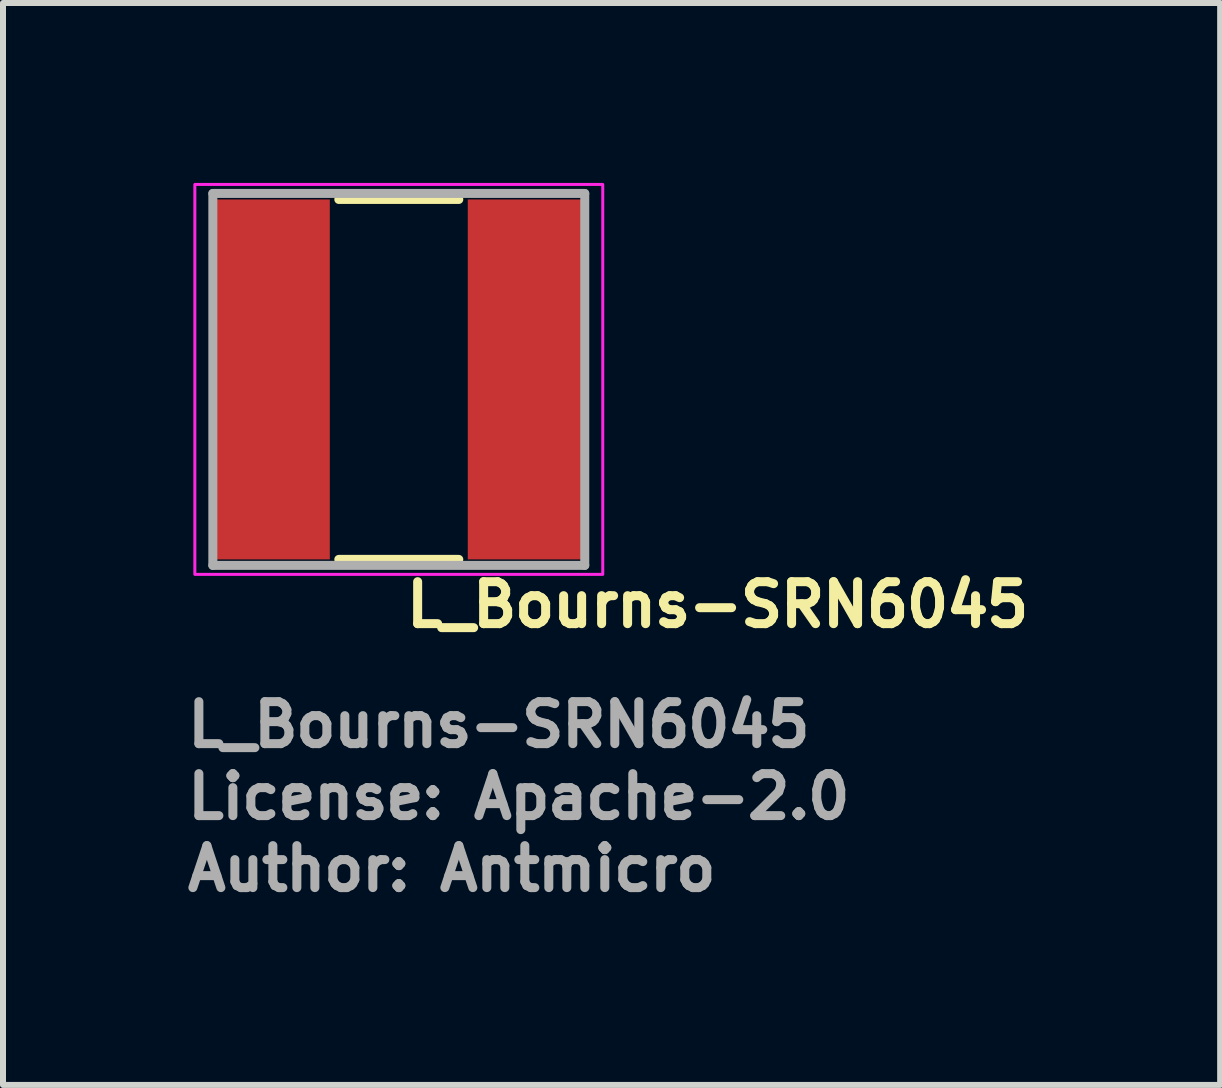
<source format=kicad_pcb>
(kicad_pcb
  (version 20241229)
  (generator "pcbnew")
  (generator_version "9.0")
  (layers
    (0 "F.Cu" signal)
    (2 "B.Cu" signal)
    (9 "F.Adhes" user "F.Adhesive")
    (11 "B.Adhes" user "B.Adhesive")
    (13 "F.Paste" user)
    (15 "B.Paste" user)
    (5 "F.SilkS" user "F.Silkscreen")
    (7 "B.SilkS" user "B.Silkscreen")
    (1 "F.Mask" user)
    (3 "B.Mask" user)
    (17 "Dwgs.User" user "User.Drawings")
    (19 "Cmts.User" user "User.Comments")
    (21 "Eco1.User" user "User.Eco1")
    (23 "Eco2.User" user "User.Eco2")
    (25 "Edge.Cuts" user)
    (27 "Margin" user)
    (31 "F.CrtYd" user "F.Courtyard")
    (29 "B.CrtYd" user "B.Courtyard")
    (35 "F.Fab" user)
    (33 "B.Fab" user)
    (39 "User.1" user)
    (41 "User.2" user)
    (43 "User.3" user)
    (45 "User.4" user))
  (footprint "L_Bourns-SRN6045"
    (layer "F.Cu")
    (at 3.598 3.275)
    (property "Reference" "L_Bourns-SRN6045" (at 0.049 4.165 0) (layer "F.SilkS") (effects (font (size 0.7 0.7) (thickness 0.15)) (justify left bottom)))
    (attr smd)
    (fp_line (start -1 3) (end 1 3) (stroke (width 0.15) (type solid)) (layer "F.SilkS"))
    (fp_line (start 1 -3) (end -1 -3) (stroke (width 0.15) (type solid)) (layer "F.SilkS"))
    (fp_rect (start -3.4 -3.25) (end 3.4 3.25) (stroke (width 0.05) (type solid)) (fill no) (layer "F.CrtYd"))
    (fp_line (start -3.1 -3.1) (end 3.1 -3.1) (stroke (width 0.15) (type solid)) (layer "F.Fab"))
    (fp_line (start -3.1 3.1) (end -3.1 -3.1) (stroke (width 0.15) (type solid)) (layer "F.Fab"))
    (fp_line (start 3.1 -3.1) (end 3.1 3.1) (stroke (width 0.15) (type solid)) (layer "F.Fab"))
    (fp_line (start 3.1 3.1) (end -3.1 3.1) (stroke (width 0.15) (type solid)) (layer "F.Fab"))
    (fp_rect (start -3 -3) (end 3 3) (stroke (width 0.1) (type solid)) (fill no) (layer "User.5"))
    (fp_line (start -3 -1.25) (end -3 -0.579) (stroke (width 0.02) (type solid)) (layer "User.9"))
    (fp_line (start -3 -1.25) (end -3 -0.579) (stroke (width 0.02) (type solid)) (layer "User.9"))
    (fp_line (start -3 -1.25) (end -2.934 -1.396) (stroke (width 0.02) (type solid)) (layer "User.9"))
    (fp_line (start -3 -1.25) (end -2.85 -1.219) (stroke (width 0.02) (type solid)) (layer "User.9"))
    (fp_line (start -3 0.575) (end -3 1.25) (stroke (width 0.02) (type solid)) (layer "User.9"))
    (fp_line (start -3 0.575) (end -2.999 0.57) (stroke (width 0.02) (type solid)) (layer "User.9"))
    (fp_line (start -3 1.25) (end -2.934 1.396) (stroke (width 0.02) (type solid)) (layer "User.9"))
    (fp_line (start -3 1.25) (end -2.85 1.219) (stroke (width 0.02) (type solid)) (layer "User.9"))
    (fp_line (start -2.999 -0.575) (end -3 -0.579) (stroke (width 0.02) (type solid)) (layer "User.9"))
    (fp_line (start -2.999 -0.57) (end -2.999 -0.575) (stroke (width 0.02) (type solid)) (layer "User.9"))
    (fp_line (start -2.999 0.566) (end -2.998 0.563) (stroke (width 0.02) (type solid)) (layer "User.9"))
    (fp_line (start -2.999 0.57) (end -2.999 0.566) (stroke (width 0.02) (type solid)) (layer "User.9"))
    (fp_line (start -2.998 -0.566) (end -2.999 -0.57) (stroke (width 0.02) (type solid)) (layer "User.9"))
    (fp_line (start -2.998 0.559) (end -2.997 0.555) (stroke (width 0.02) (type solid)) (layer "User.9"))
    (fp_line (start -2.998 0.563) (end -2.998 0.559) (stroke (width 0.02) (type solid)) (layer "User.9"))
    (fp_line (start -2.997 -0.562) (end -2.998 -0.566) (stroke (width 0.02) (type solid)) (layer "User.9"))
    (fp_line (start -2.997 -0.558) (end -2.997 -0.562) (stroke (width 0.02) (type solid)) (layer "User.9"))
    (fp_line (start -2.997 0.555) (end -2.996 0.551) (stroke (width 0.02) (type solid)) (layer "User.9"))
    (fp_line (start -2.996 -0.555) (end -2.997 -0.558) (stroke (width 0.02) (type solid)) (layer "User.9"))
    (fp_line (start -2.996 0.551) (end -2.995 0.548) (stroke (width 0.02) (type solid)) (layer "User.9"))
    (fp_line (start -2.995 0.548) (end -2.993 0.545) (stroke (width 0.02) (type solid)) (layer "User.9"))
    (fp_line (start -2.994 -0.551) (end -2.996 -0.555) (stroke (width 0.02) (type solid)) (layer "User.9"))
    (fp_line (start -2.993 -0.547) (end -2.994 -0.551) (stroke (width 0.02) (type solid)) (layer "User.9"))
    (fp_line (start -2.993 -0.547) (end -2.992 -0.546) (stroke (width 0.02) (type solid)) (layer "User.9"))
    (fp_line (start -2.993 0.543) (end -2.993 0.545) (stroke (width 0.02) (type solid)) (layer "User.9"))
    (fp_line (start -2.993 0.545) (end -2.992 0.541) (stroke (width 0.02) (type solid)) (layer "User.9"))
    (fp_line (start -2.992 -0.546) (end -2.992 -0.544) (stroke (width 0.02) (type solid)) (layer "User.9"))
    (fp_line (start -2.992 -0.544) (end -2.991 -0.543) (stroke (width 0.02) (type solid)) (layer "User.9"))
    (fp_line (start -2.992 0.541) (end -2.99 0.538) (stroke (width 0.02) (type solid)) (layer "User.9"))
    (fp_line (start -2.992 0.542) (end -2.993 0.543) (stroke (width 0.02) (type solid)) (layer "User.9"))
    (fp_line (start -2.991 -0.544) (end -2.993 -0.547) (stroke (width 0.02) (type solid)) (layer "User.9"))
    (fp_line (start -2.991 -0.543) (end -2.99 -0.542) (stroke (width 0.02) (type solid)) (layer "User.9"))
    (fp_line (start -2.991 0.539) (end -2.991 0.541) (stroke (width 0.02) (type solid)) (layer "User.9"))
    (fp_line (start -2.991 0.541) (end -2.992 0.542) (stroke (width 0.02) (type solid)) (layer "User.9"))
    (fp_line (start -2.99 -0.542) (end -2.989 -0.54) (stroke (width 0.02) (type solid)) (layer "User.9"))
    (fp_line (start -2.99 -0.54) (end -2.991 -0.544) (stroke (width 0.02) (type solid)) (layer "User.9"))
    (fp_line (start -2.99 0.538) (end -2.991 0.539) (stroke (width 0.02) (type solid)) (layer "User.9"))
    (fp_line (start -2.99 0.538) (end -2.988 0.535) (stroke (width 0.02) (type solid)) (layer "User.9"))
    (fp_line (start -2.989 -0.54) (end -2.989 -0.539) (stroke (width 0.02) (type solid)) (layer "User.9"))
    (fp_line (start -2.989 -0.539) (end -2.988 -0.537) (stroke (width 0.02) (type solid)) (layer "User.9"))
    (fp_line (start -2.989 0.537) (end -2.99 0.538) (stroke (width 0.02) (type solid)) (layer "User.9"))
    (fp_line (start -2.988 -0.537) (end -2.99 -0.54) (stroke (width 0.02) (type solid)) (layer "User.9"))
    (fp_line (start -2.988 -0.537) (end -2.987 -0.536) (stroke (width 0.02) (type solid)) (layer "User.9"))
    (fp_line (start -2.988 0.534) (end -2.988 0.535) (stroke (width 0.02) (type solid)) (layer "User.9"))
    (fp_line (start -2.988 0.535) (end -2.989 0.537) (stroke (width 0.02) (type solid)) (layer "User.9"))
    (fp_line (start -2.988 0.535) (end -2.987 0.532) (stroke (width 0.02) (type solid)) (layer "User.9"))
    (fp_line (start -2.987 0.532) (end -2.985 0.529) (stroke (width 0.02) (type solid)) (layer "User.9"))
    (fp_line (start -2.986 -0.534) (end -2.988 -0.537) (stroke (width 0.02) (type solid)) (layer "User.9"))
    (fp_line (start -2.985 0.529) (end -2.982 0.527) (stroke (width 0.02) (type solid)) (layer "User.9"))
    (fp_line (start -2.984 -0.531) (end -2.986 -0.534) (stroke (width 0.02) (type solid)) (layer "User.9"))
    (fp_line (start -2.982 0.527) (end -2.98 0.524) (stroke (width 0.02) (type solid)) (layer "User.9"))
    (fp_line (start -2.981 -0.528) (end -2.984 -0.531) (stroke (width 0.02) (type solid)) (layer "User.9"))
    (fp_line (start -2.98 0.524) (end -2.978 0.522) (stroke (width 0.02) (type solid)) (layer "User.9"))
    (fp_line (start -2.979 -0.525) (end -2.981 -0.528) (stroke (width 0.02) (type solid)) (layer "User.9"))
    (fp_line (start -2.978 0.522) (end -2.975 0.519) (stroke (width 0.02) (type solid)) (layer "User.9"))
    (fp_line (start -2.978 0.522) (end -2.85 0.65) (stroke (width 0.02) (type solid)) (layer "User.9"))
    (fp_line (start -2.976 -0.523) (end -2.979 -0.525) (stroke (width 0.02) (type solid)) (layer "User.9"))
    (fp_line (start -2.976 -0.523) (end -2.85 -0.65) (stroke (width 0.02) (type solid)) (layer "User.9"))
    (fp_line (start -2.975 0.519) (end -2.972 0.517) (stroke (width 0.02) (type solid)) (layer "User.9"))
    (fp_line (start -2.974 -0.52) (end -2.976 -0.523) (stroke (width 0.02) (type solid)) (layer "User.9"))
    (fp_line (start -2.972 0.517) (end -2.97 0.514) (stroke (width 0.02) (type solid)) (layer "User.9"))
    (fp_line (start -2.971 -0.518) (end -2.974 -0.52) (stroke (width 0.02) (type solid)) (layer "User.9"))
    (fp_line (start -2.97 0.514) (end -2.967 0.512) (stroke (width 0.02) (type solid)) (layer "User.9"))
    (fp_line (start -2.968 -0.515) (end -2.971 -0.518) (stroke (width 0.02) (type solid)) (layer "User.9"))
    (fp_line (start -2.967 0.512) (end -2.964 0.511) (stroke (width 0.02) (type solid)) (layer "User.9"))
    (fp_line (start -2.965 -0.513) (end -2.968 -0.515) (stroke (width 0.02) (type solid)) (layer "User.9"))
    (fp_line (start -2.964 0.511) (end -2.965 0.511) (stroke (width 0.02) (type solid)) (layer "User.9"))
    (fp_line (start -2.964 0.511) (end -2.961 0.509) (stroke (width 0.02) (type solid)) (layer "User.9"))
    (fp_line (start -2.963 -0.512) (end -2.962 -0.511) (stroke (width 0.02) (type solid)) (layer "User.9"))
    (fp_line (start -2.962 -0.511) (end -2.965 -0.513) (stroke (width 0.02) (type solid)) (layer "User.9"))
    (fp_line (start -2.962 -0.511) (end -2.96 -0.51) (stroke (width 0.02) (type solid)) (layer "User.9"))
    (fp_line (start -2.962 0.51) (end -2.964 0.511) (stroke (width 0.02) (type solid)) (layer "User.9"))
    (fp_line (start -2.961 0.509) (end -2.962 0.51) (stroke (width 0.02) (type solid)) (layer "User.9"))
    (fp_line (start -2.961 0.509) (end -2.958 0.507) (stroke (width 0.02) (type solid)) (layer "User.9"))
    (fp_line (start -2.96 -0.51) (end -2.959 -0.51) (stroke (width 0.02) (type solid)) (layer "User.9"))
    (fp_line (start -2.96 0.508) (end -2.961 0.509) (stroke (width 0.02) (type solid)) (layer "User.9"))
    (fp_line (start -2.959 -0.51) (end -2.957 -0.509) (stroke (width 0.02) (type solid)) (layer "User.9"))
    (fp_line (start -2.959 -0.509) (end -2.962 -0.511) (stroke (width 0.02) (type solid)) (layer "User.9"))
    (fp_line (start -2.958 0.507) (end -2.954 0.506) (stroke (width 0.02) (type solid)) (layer "User.9"))
    (fp_line (start -2.958 0.508) (end -2.96 0.508) (stroke (width 0.02) (type solid)) (layer "User.9"))
    (fp_line (start -2.957 -0.509) (end -2.956 -0.508) (stroke (width 0.02) (type solid)) (layer "User.9"))
    (fp_line (start -2.957 0.507) (end -2.958 0.508) (stroke (width 0.02) (type solid)) (layer "User.9"))
    (fp_line (start -2.956 -0.508) (end -2.955 -0.507) (stroke (width 0.02) (type solid)) (layer "User.9"))
    (fp_line (start -2.956 0.506) (end -2.957 0.507) (stroke (width 0.02) (type solid)) (layer "User.9"))
    (fp_line (start -2.955 -0.508) (end -2.959 -0.509) (stroke (width 0.02) (type solid)) (layer "User.9"))
    (fp_line (start -2.955 -0.507) (end -2.953 -0.507) (stroke (width 0.02) (type solid)) (layer "User.9"))
    (fp_line (start -2.954 0.506) (end -2.956 0.506) (stroke (width 0.02) (type solid)) (layer "User.9"))
    (fp_line (start -2.954 0.506) (end -2.951 0.504) (stroke (width 0.02) (type solid)) (layer "User.9"))
    (fp_line (start -2.953 -0.507) (end -2.952 -0.506) (stroke (width 0.02) (type solid)) (layer "User.9"))
    (fp_line (start -2.952 -0.506) (end -2.955 -0.508) (stroke (width 0.02) (type solid)) (layer "User.9"))
    (fp_line (start -2.951 0.504) (end -2.948 0.503) (stroke (width 0.02) (type solid)) (layer "User.9"))
    (fp_line (start -2.948 -0.505) (end -2.952 -0.506) (stroke (width 0.02) (type solid)) (layer "User.9"))
    (fp_line (start -2.948 0.503) (end -2.944 0.502) (stroke (width 0.02) (type solid)) (layer "User.9"))
    (fp_line (start -2.944 -0.503) (end -2.948 -0.505) (stroke (width 0.02) (type solid)) (layer "User.9"))
    (fp_line (start -2.944 0.502) (end -2.94 0.501) (stroke (width 0.02) (type solid)) (layer "User.9"))
    (fp_line (start -2.941 -0.502) (end -2.944 -0.503) (stroke (width 0.02) (type solid)) (layer "User.9"))
    (fp_line (start -2.94 0.501) (end -2.936 0.501) (stroke (width 0.02) (type solid)) (layer "User.9"))
    (fp_line (start -2.937 -0.502) (end -2.941 -0.502) (stroke (width 0.02) (type solid)) (layer "User.9"))
    (fp_line (start -2.936 0.501) (end -2.933 0.5) (stroke (width 0.02) (type solid)) (layer "User.9"))
    (fp_line (start -2.934 -1.396) (end -3 -1.25) (stroke (width 0.02) (type solid)) (layer "User.9"))
    (fp_line (start -2.934 -1.396) (end -2.862 -1.538) (stroke (width 0.02) (type solid)) (layer "User.9"))
    (fp_line (start -2.934 1.396) (end -3 1.25) (stroke (width 0.02) (type solid)) (layer "User.9"))
    (fp_line (start -2.934 1.396) (end -2.862 1.538) (stroke (width 0.02) (type solid)) (layer "User.9"))
    (fp_line (start -2.933 -0.501) (end -2.937 -0.502) (stroke (width 0.02) (type solid)) (layer "User.9"))
    (fp_line (start -2.933 0.5) (end -2.929 0.5) (stroke (width 0.02) (type solid)) (layer "User.9"))
    (fp_line (start -2.929 -0.5) (end -2.933 -0.501) (stroke (width 0.02) (type solid)) (layer "User.9"))
    (fp_line (start -2.929 0.5) (end -2.924 0.5) (stroke (width 0.02) (type solid)) (layer "User.9"))
    (fp_line (start -2.924 -0.5) (end -2.929 -0.5) (stroke (width 0.02) (type solid)) (layer "User.9"))
    (fp_line (start -2.92 -0.5) (end -2.924 -0.5) (stroke (width 0.02) (type solid)) (layer "User.9"))
    (fp_line (start -2.92 -0.5) (end -2.782 -0.5) (stroke (width 0.02) (type solid)) (layer "User.9"))
    (fp_line (start -2.862 -1.538) (end -2.934 -1.396) (stroke (width 0.02) (type solid)) (layer "User.9"))
    (fp_line (start -2.862 -1.538) (end -2.783 -1.677) (stroke (width 0.02) (type solid)) (layer "User.9"))
    (fp_line (start -2.862 1.538) (end -2.934 1.396) (stroke (width 0.02) (type solid)) (layer "User.9"))
    (fp_line (start -2.862 1.538) (end -2.783 1.677) (stroke (width 0.02) (type solid)) (layer "User.9"))
    (fp_line (start -2.85 -1.219) (end -2.85 -0.65) (stroke (width 0.02) (type solid)) (layer "User.9"))
    (fp_line (start -2.85 -0.65) (end -2.782 -0.65) (stroke (width 0.02) (type solid)) (layer "User.9"))
    (fp_line (start -2.85 0.65) (end -2.85 1.219) (stroke (width 0.02) (type solid)) (layer "User.9"))
    (fp_line (start -2.85 1.219) (end -2.788 1.355) (stroke (width 0.02) (type solid)) (layer "User.9"))
    (fp_line (start -2.819 0.5) (end -2.924 0.5) (stroke (width 0.02) (type solid)) (layer "User.9"))
    (fp_line (start -2.819 0.65) (end -2.85 0.65) (stroke (width 0.02) (type solid)) (layer "User.9"))
    (fp_line (start -2.813 0.499) (end -2.819 0.5) (stroke (width 0.02) (type solid)) (layer "User.9"))
    (fp_line (start -2.807 0.499) (end -2.813 0.499) (stroke (width 0.02) (type solid)) (layer "User.9"))
    (fp_line (start -2.806 0.649) (end -2.819 0.65) (stroke (width 0.02) (type solid)) (layer "User.9"))
    (fp_line (start -2.801 0.498) (end -2.807 0.499) (stroke (width 0.02) (type solid)) (layer "User.9"))
    (fp_line (start -2.796 0.497) (end -2.801 0.498) (stroke (width 0.02) (type solid)) (layer "User.9"))
    (fp_line (start -2.792 0.648) (end -2.806 0.649) (stroke (width 0.02) (type solid)) (layer "User.9"))
    (fp_line (start -2.79 0.496) (end -2.796 0.497) (stroke (width 0.02) (type solid)) (layer "User.9"))
    (fp_line (start -2.788 -1.355) (end -2.85 -1.219) (stroke (width 0.02) (type solid)) (layer "User.9"))
    (fp_line (start -2.788 1.355) (end -2.719 1.487) (stroke (width 0.02) (type solid)) (layer "User.9"))
    (fp_line (start -2.784 0.494) (end -2.79 0.496) (stroke (width 0.02) (type solid)) (layer "User.9"))
    (fp_line (start -2.783 -1.677) (end -2.862 -1.538) (stroke (width 0.02) (type solid)) (layer "User.9"))
    (fp_line (start -2.783 -1.677) (end -2.698 -1.81) (stroke (width 0.02) (type solid)) (layer "User.9"))
    (fp_line (start -2.783 1.677) (end -2.862 1.538) (stroke (width 0.02) (type solid)) (layer "User.9"))
    (fp_line (start -2.783 1.677) (end -2.698 1.81) (stroke (width 0.02) (type solid)) (layer "User.9"))
    (fp_line (start -2.782 -0.65) (end -2.77 -0.649) (stroke (width 0.02) (type solid)) (layer "User.9"))
    (fp_line (start -2.782 -0.5) (end -2.778 -0.499) (stroke (width 0.02) (type solid)) (layer "User.9"))
    (fp_line (start -2.779 0.492) (end -2.784 0.494) (stroke (width 0.02) (type solid)) (layer "User.9"))
    (fp_line (start -2.779 0.647) (end -2.792 0.648) (stroke (width 0.02) (type solid)) (layer "User.9"))
    (fp_line (start -2.778 -0.499) (end -2.774 -0.499) (stroke (width 0.02) (type solid)) (layer "User.9"))
    (fp_line (start -2.774 -0.499) (end -2.77 -0.499) (stroke (width 0.02) (type solid)) (layer "User.9"))
    (fp_line (start -2.773 0.49) (end -2.779 0.492) (stroke (width 0.02) (type solid)) (layer "User.9"))
    (fp_line (start -2.77 -0.649) (end -2.759 -0.648) (stroke (width 0.02) (type solid)) (layer "User.9"))
    (fp_line (start -2.77 -0.499) (end -2.766 -0.498) (stroke (width 0.02) (type solid)) (layer "User.9"))
    (fp_line (start -2.768 0.488) (end -2.773 0.49) (stroke (width 0.02) (type solid)) (layer "User.9"))
    (fp_line (start -2.766 -0.498) (end -2.762 -0.497) (stroke (width 0.02) (type solid)) (layer "User.9"))
    (fp_line (start -2.766 0.487) (end -2.76 0.484) (stroke (width 0.02) (type solid)) (layer "User.9"))
    (fp_line (start -2.766 0.644) (end -2.779 0.647) (stroke (width 0.02) (type solid)) (layer "User.9"))
    (fp_line (start -2.764 -0.498) (end -2.752 -0.494) (stroke (width 0.02) (type solid)) (layer "User.9"))
    (fp_line (start -2.763 0.485) (end -2.768 0.488) (stroke (width 0.02) (type solid)) (layer "User.9"))
    (fp_line (start -2.762 -0.497) (end -2.758 -0.496) (stroke (width 0.02) (type solid)) (layer "User.9"))
    (fp_line (start -2.761 -0.497) (end -2.764 -0.498) (stroke (width 0.02) (type solid)) (layer "User.9"))
    (fp_line (start -2.759 -0.648) (end -2.747 -0.647) (stroke (width 0.02) (type solid)) (layer "User.9"))
    (fp_line (start -2.759 -0.496) (end -2.761 -0.497) (stroke (width 0.02) (type solid)) (layer "User.9"))
    (fp_line (start -2.758 -0.496) (end -2.754 -0.495) (stroke (width 0.02) (type solid)) (layer "User.9"))
    (fp_line (start -2.758 0.483) (end -2.763 0.485) (stroke (width 0.02) (type solid)) (layer "User.9"))
    (fp_line (start -2.757 0.482) (end -2.766 0.487) (stroke (width 0.02) (type solid)) (layer "User.9"))
    (fp_line (start -2.756 -0.495) (end -2.759 -0.496) (stroke (width 0.02) (type solid)) (layer "User.9"))
    (fp_line (start -2.754 -0.495) (end -2.75 -0.493) (stroke (width 0.02) (type solid)) (layer "User.9"))
    (fp_line (start -2.753 -0.494) (end -2.756 -0.495) (stroke (width 0.02) (type solid)) (layer "User.9"))
    (fp_line (start -2.753 0.479) (end -2.758 0.483) (stroke (width 0.02) (type solid)) (layer "User.9"))
    (fp_line (start -2.753 0.641) (end -2.766 0.644) (stroke (width 0.02) (type solid)) (layer "User.9"))
    (fp_line (start -2.75 -0.493) (end -2.753 -0.494) (stroke (width 0.02) (type solid)) (layer "User.9"))
    (fp_line (start -2.75 -0.493) (end -2.747 -0.492) (stroke (width 0.02) (type solid)) (layer "User.9"))
    (fp_line (start -2.75 0.477) (end -2.735 0.465) (stroke (width 0.02) (type solid)) (layer "User.9"))
    (fp_line (start -2.749 -0.493) (end -2.747 -0.492) (stroke (width 0.02) (type solid)) (layer "User.9"))
    (fp_line (start -2.748 0.476) (end -2.753 0.479) (stroke (width 0.02) (type solid)) (layer "User.9"))
    (fp_line (start -2.747 -0.647) (end -2.736 -0.645) (stroke (width 0.02) (type solid)) (layer "User.9"))
    (fp_line (start -2.747 -0.492) (end -2.75 -0.493) (stroke (width 0.02) (type solid)) (layer "User.9"))
    (fp_line (start -2.747 -0.492) (end -2.746 -0.491) (stroke (width 0.02) (type solid)) (layer "User.9"))
    (fp_line (start -2.747 -0.492) (end -2.743 -0.49) (stroke (width 0.02) (type solid)) (layer "User.9"))
    (fp_line (start -2.746 -0.491) (end -2.744 -0.49) (stroke (width 0.02) (type solid)) (layer "User.9"))
    (fp_line (start -2.745 -0.491) (end -2.747 -0.492) (stroke (width 0.02) (type solid)) (layer "User.9"))
    (fp_line (start -2.744 -0.49) (end -2.742 -0.489) (stroke (width 0.02) (type solid)) (layer "User.9"))
    (fp_line (start -2.743 -0.49) (end -2.739 -0.488) (stroke (width 0.02) (type solid)) (layer "User.9"))
    (fp_line (start -2.743 0.472) (end -2.748 0.476) (stroke (width 0.02) (type solid)) (layer "User.9"))
    (fp_line (start -2.742 -0.489) (end -2.745 -0.491) (stroke (width 0.02) (type solid)) (layer "User.9"))
    (fp_line (start -2.742 -0.489) (end -2.74 -0.488) (stroke (width 0.02) (type solid)) (layer "User.9"))
    (fp_line (start -2.741 0.638) (end -2.753 0.641) (stroke (width 0.02) (type solid)) (layer "User.9"))
    (fp_line (start -2.74 -0.488) (end -2.742 -0.489) (stroke (width 0.02) (type solid)) (layer "User.9"))
    (fp_line (start -2.74 -0.488) (end -2.739 -0.487) (stroke (width 0.02) (type solid)) (layer "User.9"))
    (fp_line (start -2.739 -0.488) (end -2.736 -0.486) (stroke (width 0.02) (type solid)) (layer "User.9"))
    (fp_line (start -2.739 -0.487) (end -2.737 -0.486) (stroke (width 0.02) (type solid)) (layer "User.9"))
    (fp_line (start -2.739 0.469) (end -2.743 0.472) (stroke (width 0.02) (type solid)) (layer "User.9"))
    (fp_line (start -2.737 -0.486) (end -2.74 -0.488) (stroke (width 0.02) (type solid)) (layer "User.9"))
    (fp_line (start -2.737 -0.486) (end -2.735 -0.485) (stroke (width 0.02) (type solid)) (layer "User.9"))
    (fp_line (start -2.736 -0.645) (end -2.725 -0.642) (stroke (width 0.02) (type solid)) (layer "User.9"))
    (fp_line (start -2.736 -0.486) (end -2.733 -0.483) (stroke (width 0.02) (type solid)) (layer "User.9"))
    (fp_line (start -2.735 -0.485) (end -2.734 -0.484) (stroke (width 0.02) (type solid)) (layer "User.9"))
    (fp_line (start -2.735 0.464) (end -2.739 0.469) (stroke (width 0.02) (type solid)) (layer "User.9"))
    (fp_line (start -2.735 0.464) (end -2.735 0.464) (stroke (width 0.02) (type solid)) (layer "User.9"))
    (fp_line (start -2.735 0.465) (end -2.75 0.477) (stroke (width 0.02) (type solid)) (layer "User.9"))
    (fp_line (start -2.734 -0.485) (end -2.737 -0.486) (stroke (width 0.02) (type solid)) (layer "User.9"))
    (fp_line (start -2.734 -0.484) (end -2.732 -0.483) (stroke (width 0.02) (type solid)) (layer "User.9"))
    (fp_line (start -2.733 -0.483) (end -2.73 -0.481) (stroke (width 0.02) (type solid)) (layer "User.9"))
    (fp_line (start -2.732 -0.483) (end -2.734 -0.485) (stroke (width 0.02) (type solid)) (layer "User.9"))
    (fp_line (start -2.732 -0.483) (end -2.73 -0.481) (stroke (width 0.02) (type solid)) (layer "User.9"))
    (fp_line (start -2.73 -0.481) (end -2.732 -0.483) (stroke (width 0.02) (type solid)) (layer "User.9"))
    (fp_line (start -2.73 -0.481) (end -2.729 -0.48) (stroke (width 0.02) (type solid)) (layer "User.9"))
    (fp_line (start -2.73 -0.481) (end -2.727 -0.478) (stroke (width 0.02) (type solid)) (layer "User.9"))
    (fp_line (start -2.73 0.46) (end -2.735 0.464) (stroke (width 0.02) (type solid)) (layer "User.9"))
    (fp_line (start -2.729 -0.48) (end -2.727 -0.479) (stroke (width 0.02) (type solid)) (layer "User.9"))
    (fp_line (start -2.728 0.634) (end -2.741 0.638) (stroke (width 0.02) (type solid)) (layer "User.9"))
    (fp_line (start -2.727 -0.479) (end -2.73 -0.481) (stroke (width 0.02) (type solid)) (layer "User.9"))
    (fp_line (start -2.727 -0.479) (end -2.726 -0.477) (stroke (width 0.02) (type solid)) (layer "User.9"))
    (fp_line (start -2.727 -0.478) (end -2.724 -0.475) (stroke (width 0.02) (type solid)) (layer "User.9"))
    (fp_line (start -2.727 0.456) (end -2.73 0.46) (stroke (width 0.02) (type solid)) (layer "User.9"))
    (fp_line (start -2.726 -0.477) (end -2.724 -0.476) (stroke (width 0.02) (type solid)) (layer "User.9"))
    (fp_line (start -2.725 -0.642) (end -2.714 -0.639) (stroke (width 0.02) (type solid)) (layer "User.9"))
    (fp_line (start -2.725 -0.477) (end -2.727 -0.479) (stroke (width 0.02) (type solid)) (layer "User.9"))
    (fp_line (start -2.724 -0.476) (end -2.723 -0.475) (stroke (width 0.02) (type solid)) (layer "User.9"))
    (fp_line (start -2.724 -0.475) (end -2.724 -0.475) (stroke (width 0.02) (type solid)) (layer "User.9"))
    (fp_line (start -2.724 -0.475) (end -2.721 -0.472) (stroke (width 0.02) (type solid)) (layer "User.9"))
    (fp_line (start -2.723 -0.475) (end -2.725 -0.477) (stroke (width 0.02) (type solid)) (layer "User.9"))
    (fp_line (start -2.723 0.451) (end -2.727 0.456) (stroke (width 0.02) (type solid)) (layer "User.9"))
    (fp_line (start -2.722 0.45) (end -2.712 0.434) (stroke (width 0.02) (type solid)) (layer "User.9"))
    (fp_line (start -2.721 -0.472) (end -2.718 -0.469) (stroke (width 0.02) (type solid)) (layer "User.9"))
    (fp_line (start -2.72 0.446) (end -2.723 0.451) (stroke (width 0.02) (type solid)) (layer "User.9"))
    (fp_line (start -2.719 -1.487) (end -2.788 -1.355) (stroke (width 0.02) (type solid)) (layer "User.9"))
    (fp_line (start -2.719 1.487) (end -2.645 1.615) (stroke (width 0.02) (type solid)) (layer "User.9"))
    (fp_line (start -2.718 -0.469) (end -2.716 -0.466) (stroke (width 0.02) (type solid)) (layer "User.9"))
    (fp_line (start -2.716 -0.466) (end -2.713 -0.463) (stroke (width 0.02) (type solid)) (layer "User.9"))
    (fp_line (start -2.716 0.441) (end -2.72 0.446) (stroke (width 0.02) (type solid)) (layer "User.9"))
    (fp_line (start -2.716 0.629) (end -2.728 0.634) (stroke (width 0.02) (type solid)) (layer "User.9"))
    (fp_line (start -2.714 -0.639) (end -2.703 -0.636) (stroke (width 0.02) (type solid)) (layer "User.9"))
    (fp_line (start -2.714 0.436) (end -2.716 0.441) (stroke (width 0.02) (type solid)) (layer "User.9"))
    (fp_line (start -2.713 -0.463) (end -2.711 -0.46) (stroke (width 0.02) (type solid)) (layer "User.9"))
    (fp_line (start -2.713 -0.462) (end -2.705 -0.448) (stroke (width 0.02) (type solid)) (layer "User.9"))
    (fp_line (start -2.712 0.434) (end -2.722 0.45) (stroke (width 0.02) (type solid)) (layer "User.9"))
    (fp_line (start -2.711 -0.46) (end -2.709 -0.456) (stroke (width 0.02) (type solid)) (layer "User.9"))
    (fp_line (start -2.711 0.431) (end -2.714 0.436) (stroke (width 0.02) (type solid)) (layer "User.9"))
    (fp_line (start -2.709 -0.456) (end -2.707 -0.452) (stroke (width 0.02) (type solid)) (layer "User.9"))
    (fp_line (start -2.709 0.426) (end -2.711 0.431) (stroke (width 0.02) (type solid)) (layer "User.9"))
    (fp_line (start -2.707 -0.452) (end -2.706 -0.449) (stroke (width 0.02) (type solid)) (layer "User.9"))
    (fp_line (start -2.707 0.42) (end -2.709 0.426) (stroke (width 0.02) (type solid)) (layer "User.9"))
    (fp_line (start -2.706 -0.449) (end -2.704 -0.445) (stroke (width 0.02) (type solid)) (layer "User.9"))
    (fp_line (start -2.705 -0.448) (end -2.713 -0.462) (stroke (width 0.02) (type solid)) (layer "User.9"))
    (fp_line (start -2.705 0.415) (end -2.707 0.42) (stroke (width 0.02) (type solid)) (layer "User.9"))
    (fp_line (start -2.704 -0.445) (end -2.703 -0.441) (stroke (width 0.02) (type solid)) (layer "User.9"))
    (fp_line (start -2.704 0.413) (end -2.705 0.416) (stroke (width 0.02) (type solid)) (layer "User.9"))
    (fp_line (start -2.704 0.624) (end -2.716 0.629) (stroke (width 0.02) (type solid)) (layer "User.9"))
    (fp_line (start -2.703 -0.636) (end -2.693 -0.632) (stroke (width 0.02) (type solid)) (layer "User.9"))
    (fp_line (start -2.703 -0.441) (end -2.702 -0.437) (stroke (width 0.02) (type solid)) (layer "User.9"))
    (fp_line (start -2.703 0.409) (end -2.705 0.415) (stroke (width 0.02) (type solid)) (layer "User.9"))
    (fp_line (start -2.702 -0.437) (end -2.701 -0.433) (stroke (width 0.02) (type solid)) (layer "User.9"))
    (fp_line (start -2.702 0.403) (end -2.703 0.409) (stroke (width 0.02) (type solid)) (layer "User.9"))
    (fp_line (start -2.701 -0.433) (end -2.7 -0.429) (stroke (width 0.02) (type solid)) (layer "User.9"))
    (fp_line (start -2.701 -0.433) (end -2.7 -0.417) (stroke (width 0.02) (type solid)) (layer "User.9"))
    (fp_line (start -2.701 0.398) (end -2.702 0.403) (stroke (width 0.02) (type solid)) (layer "User.9"))
    (fp_line (start -2.7 -0.429) (end -2.7 -0.425) (stroke (width 0.02) (type solid)) (layer "User.9"))
    (fp_line (start -2.7 -0.425) (end -2.7 -0.421) (stroke (width 0.02) (type solid)) (layer "User.9"))
    (fp_line (start -2.7 -0.421) (end -2.7 -0.417) (stroke (width 0.02) (type solid)) (layer "User.9"))
    (fp_line (start -2.7 -0.417) (end -2.7 0.38) (stroke (width 0.02) (type solid)) (layer "User.9"))
    (fp_line (start -2.7 0.38) (end -2.701 0.398) (stroke (width 0.02) (type solid)) (layer "User.9"))
    (fp_line (start -2.7 0.38) (end -2.7 0.386) (stroke (width 0.02) (type solid)) (layer "User.9"))
    (fp_line (start -2.7 0.386) (end -2.7 0.392) (stroke (width 0.02) (type solid)) (layer "User.9"))
    (fp_line (start -2.7 0.392) (end -2.701 0.398) (stroke (width 0.02) (type solid)) (layer "User.9"))
    (fp_line (start -2.698 -1.81) (end -2.783 -1.677) (stroke (width 0.02) (type solid)) (layer "User.9"))
    (fp_line (start -2.698 -1.81) (end -2.607 -1.94) (stroke (width 0.02) (type solid)) (layer "User.9"))
    (fp_line (start -2.698 1.81) (end -2.783 1.677) (stroke (width 0.02) (type solid)) (layer "User.9"))
    (fp_line (start -2.698 1.81) (end -2.607 1.94) (stroke (width 0.02) (type solid)) (layer "User.9"))
    (fp_line (start -2.693 -0.632) (end -2.682 -0.627) (stroke (width 0.02) (type solid)) (layer "User.9"))
    (fp_line (start -2.692 0.618) (end -2.704 0.624) (stroke (width 0.02) (type solid)) (layer "User.9"))
    (fp_line (start -2.682 -0.627) (end -2.672 -0.622) (stroke (width 0.02) (type solid)) (layer "User.9"))
    (fp_line (start -2.681 0.611) (end -2.692 0.618) (stroke (width 0.02) (type solid)) (layer "User.9"))
    (fp_line (start -2.672 -0.622) (end -2.662 -0.617) (stroke (width 0.02) (type solid)) (layer "User.9"))
    (fp_line (start -2.67 0.604) (end -2.681 0.611) (stroke (width 0.02) (type solid)) (layer "User.9"))
    (fp_line (start -2.662 -0.617) (end -2.653 -0.61) (stroke (width 0.02) (type solid)) (layer "User.9"))
    (fp_line (start -2.659 0.597) (end -2.67 0.604) (stroke (width 0.02) (type solid)) (layer "User.9"))
    (fp_line (start -2.653 -0.61) (end -2.644 -0.604) (stroke (width 0.02) (type solid)) (layer "User.9"))
    (fp_line (start -2.648 0.588) (end -2.659 0.597) (stroke (width 0.02) (type solid)) (layer "User.9"))
    (fp_line (start -2.645 -1.615) (end -2.719 -1.487) (stroke (width 0.02) (type solid)) (layer "User.9"))
    (fp_line (start -2.645 1.615) (end -2.566 1.739) (stroke (width 0.02) (type solid)) (layer "User.9"))
    (fp_line (start -2.644 -0.604) (end -2.635 -0.597) (stroke (width 0.02) (type solid)) (layer "User.9"))
    (fp_line (start -2.638 0.58) (end -2.648 0.588) (stroke (width 0.02) (type solid)) (layer "User.9"))
    (fp_line (start -2.635 -0.597) (end -2.626 -0.589) (stroke (width 0.02) (type solid)) (layer "User.9"))
    (fp_line (start -2.628 0.571) (end -2.638 0.58) (stroke (width 0.02) (type solid)) (layer "User.9"))
    (fp_line (start -2.628 0.571) (end -2.628 0.571) (stroke (width 0.02) (type solid)) (layer "User.9"))
    (fp_line (start -2.626 -0.589) (end -2.618 -0.581) (stroke (width 0.02) (type solid)) (layer "User.9"))
    (fp_line (start -2.619 0.561) (end -2.628 0.571) (stroke (width 0.02) (type solid)) (layer "User.9"))
    (fp_line (start -2.618 -0.581) (end -2.618 -0.581) (stroke (width 0.02) (type solid)) (layer "User.9"))
    (fp_line (start -2.618 -0.581) (end -2.61 -0.573) (stroke (width 0.02) (type solid)) (layer "User.9"))
    (fp_line (start -2.611 0.551) (end -2.619 0.561) (stroke (width 0.02) (type solid)) (layer "User.9"))
    (fp_line (start -2.61 -0.573) (end -2.602 -0.564) (stroke (width 0.02) (type solid)) (layer "User.9"))
    (fp_line (start -2.607 -1.94) (end -2.698 -1.81) (stroke (width 0.02) (type solid)) (layer "User.9"))
    (fp_line (start -2.607 -1.94) (end -2.51 -2.064) (stroke (width 0.02) (type solid)) (layer "User.9"))
    (fp_line (start -2.607 1.94) (end -2.698 1.81) (stroke (width 0.02) (type solid)) (layer "User.9"))
    (fp_line (start -2.607 1.94) (end -2.51 2.064) (stroke (width 0.02) (type solid)) (layer "User.9"))
    (fp_line (start -2.602 -0.564) (end -2.595 -0.555) (stroke (width 0.02) (type solid)) (layer "User.9"))
    (fp_line (start -2.602 0.54) (end -2.611 0.551) (stroke (width 0.02) (type solid)) (layer "User.9"))
    (fp_line (start -2.595 -0.555) (end -2.589 -0.546) (stroke (width 0.02) (type solid)) (layer "User.9"))
    (fp_line (start -2.595 0.529) (end -2.602 0.54) (stroke (width 0.02) (type solid)) (layer "User.9"))
    (fp_line (start -2.589 -0.546) (end -2.582 -0.537) (stroke (width 0.02) (type solid)) (layer "User.9"))
    (fp_line (start -2.588 0.518) (end -2.595 0.529) (stroke (width 0.02) (type solid)) (layer "User.9"))
    (fp_line (start -2.582 -0.537) (end -2.577 -0.527) (stroke (width 0.02) (type solid)) (layer "User.9"))
    (fp_line (start -2.581 0.507) (end -2.588 0.518) (stroke (width 0.02) (type solid)) (layer "User.9"))
    (fp_line (start -2.577 -0.527) (end -2.572 -0.517) (stroke (width 0.02) (type solid)) (layer "User.9"))
    (fp_line (start -2.575 0.495) (end -2.581 0.507) (stroke (width 0.02) (type solid)) (layer "User.9"))
    (fp_line (start -2.572 -0.517) (end -2.567 -0.506) (stroke (width 0.02) (type solid)) (layer "User.9"))
    (fp_line (start -2.57 0.483) (end -2.575 0.495) (stroke (width 0.02) (type solid)) (layer "User.9"))
    (fp_line (start -2.567 -0.506) (end -2.563 -0.496) (stroke (width 0.02) (type solid)) (layer "User.9"))
    (fp_line (start -2.566 -1.739) (end -2.645 -1.615) (stroke (width 0.02) (type solid)) (layer "User.9"))
    (fp_line (start -2.566 1.739) (end -2.48 1.859) (stroke (width 0.02) (type solid)) (layer "User.9"))
    (fp_line (start -2.565 0.471) (end -2.57 0.483) (stroke (width 0.02) (type solid)) (layer "User.9"))
    (fp_line (start -2.563 -0.496) (end -2.56 -0.485) (stroke (width 0.02) (type solid)) (layer "User.9"))
    (fp_line (start -2.561 0.458) (end -2.565 0.471) (stroke (width 0.02) (type solid)) (layer "User.9"))
    (fp_line (start -2.56 -0.485) (end -2.557 -0.474) (stroke (width 0.02) (type solid)) (layer "User.9"))
    (fp_line (start -2.558 0.446) (end -2.561 0.458) (stroke (width 0.02) (type solid)) (layer "User.9"))
    (fp_line (start -2.557 -0.474) (end -2.554 -0.463) (stroke (width 0.02) (type solid)) (layer "User.9"))
    (fp_line (start -2.555 0.433) (end -2.558 0.446) (stroke (width 0.02) (type solid)) (layer "User.9"))
    (fp_line (start -2.554 -0.463) (end -2.552 -0.452) (stroke (width 0.02) (type solid)) (layer "User.9"))
    (fp_line (start -2.552 -0.452) (end -2.551 -0.44) (stroke (width 0.02) (type solid)) (layer "User.9"))
    (fp_line (start -2.552 0.42) (end -2.555 0.433) (stroke (width 0.02) (type solid)) (layer "User.9"))
    (fp_line (start -2.551 -0.44) (end -2.55 -0.429) (stroke (width 0.02) (type solid)) (layer "User.9"))
    (fp_line (start -2.551 0.407) (end -2.552 0.42) (stroke (width 0.02) (type solid)) (layer "User.9"))
    (fp_line (start -2.55 -0.429) (end -2.549 -0.417) (stroke (width 0.02) (type solid)) (layer "User.9"))
    (fp_line (start -2.55 0.393) (end -2.551 0.407) (stroke (width 0.02) (type solid)) (layer "User.9"))
    (fp_line (start -2.549 -0.417) (end -2.549 0.38) (stroke (width 0.02) (type solid)) (layer "User.9"))
    (fp_line (start -2.549 0.38) (end -2.55 0.393) (stroke (width 0.02) (type solid)) (layer "User.9"))
    (fp_line (start -2.51 -2.064) (end -2.607 -1.94) (stroke (width 0.02) (type solid)) (layer "User.9"))
    (fp_line (start -2.51 -2.064) (end -2.406 -2.183) (stroke (width 0.02) (type solid)) (layer "User.9"))
    (fp_line (start -2.51 2.064) (end -2.607 1.94) (stroke (width 0.02) (type solid)) (layer "User.9"))
    (fp_line (start -2.51 2.064) (end -2.406 2.183) (stroke (width 0.02) (type solid)) (layer "User.9"))
    (fp_line (start -2.48 -1.859) (end -2.566 -1.739) (stroke (width 0.02) (type solid)) (layer "User.9"))
    (fp_line (start -2.48 1.859) (end -2.389 1.974) (stroke (width 0.02) (type solid)) (layer "User.9"))
    (fp_line (start -2.406 -2.183) (end -2.51 -2.064) (stroke (width 0.02) (type solid)) (layer "User.9"))
    (fp_line (start -2.406 -2.183) (end -2.298 -2.298) (stroke (width 0.02) (type solid)) (layer "User.9"))
    (fp_line (start -2.406 2.183) (end -2.51 2.064) (stroke (width 0.02) (type solid)) (layer "User.9"))
    (fp_line (start -2.406 2.183) (end -2.298 2.298) (stroke (width 0.02) (type solid)) (layer "User.9"))
    (fp_line (start -2.389 -1.974) (end -2.48 -1.859) (stroke (width 0.02) (type solid)) (layer "User.9"))
    (fp_line (start -2.389 1.974) (end -2.293 2.085) (stroke (width 0.02) (type solid)) (layer "User.9"))
    (fp_line (start -2.298 -2.298) (end -2.406 -2.183) (stroke (width 0.02) (type solid)) (layer "User.9"))
    (fp_line (start -2.298 -2.298) (end -2.183 -2.406) (stroke (width 0.02) (type solid)) (layer "User.9"))
    (fp_line (start -2.298 2.298) (end -2.406 2.183) (stroke (width 0.02) (type solid)) (layer "User.9"))
    (fp_line (start -2.298 2.298) (end -2.183 2.406) (stroke (width 0.02) (type solid)) (layer "User.9"))
    (fp_line (start -2.293 -2.085) (end -2.389 -1.974) (stroke (width 0.02) (type solid)) (layer "User.9"))
    (fp_line (start -2.293 2.085) (end -2.192 2.192) (stroke (width 0.02) (type solid)) (layer "User.9"))
    (fp_line (start -2.192 -2.192) (end -2.293 -2.085) (stroke (width 0.02) (type solid)) (layer "User.9"))
    (fp_line (start -2.192 2.192) (end -2.085 2.293) (stroke (width 0.02) (type solid)) (layer "User.9"))
    (fp_line (start -2.183 -2.406) (end -2.298 -2.298) (stroke (width 0.02) (type solid)) (layer "User.9"))
    (fp_line (start -2.183 -2.406) (end -2.064 -2.51) (stroke (width 0.02) (type solid)) (layer "User.9"))
    (fp_line (start -2.183 2.406) (end -2.298 2.298) (stroke (width 0.02) (type solid)) (layer "User.9"))
    (fp_line (start -2.183 2.406) (end -2.064 2.51) (stroke (width 0.02) (type solid)) (layer "User.9"))
    (fp_line (start -2.085 -2.293) (end -2.192 -2.192) (stroke (width 0.02) (type solid)) (layer "User.9"))
    (fp_line (start -2.085 2.293) (end -1.974 2.389) (stroke (width 0.02) (type solid)) (layer "User.9"))
    (fp_line (start -2.064 -2.51) (end -2.183 -2.406) (stroke (width 0.02) (type solid)) (layer "User.9"))
    (fp_line (start -2.064 -2.51) (end -1.94 -2.607) (stroke (width 0.02) (type solid)) (layer "User.9"))
    (fp_line (start -2.064 2.51) (end -2.183 2.406) (stroke (width 0.02) (type solid)) (layer "User.9"))
    (fp_line (start -2.064 2.51) (end -1.94 2.607) (stroke (width 0.02) (type solid)) (layer "User.9"))
    (fp_line (start -1.974 -2.389) (end -2.085 -2.293) (stroke (width 0.02) (type solid)) (layer "User.9"))
    (fp_line (start -1.974 2.389) (end -1.859 2.48) (stroke (width 0.02) (type solid)) (layer "User.9"))
    (fp_line (start -1.94 -2.607) (end -2.064 -2.51) (stroke (width 0.02) (type solid)) (layer "User.9"))
    (fp_line (start -1.94 -2.607) (end -1.81 -2.698) (stroke (width 0.02) (type solid)) (layer "User.9"))
    (fp_line (start -1.94 2.607) (end -2.064 2.51) (stroke (width 0.02) (type solid)) (layer "User.9"))
    (fp_line (start -1.94 2.607) (end -1.81 2.698) (stroke (width 0.02) (type solid)) (layer "User.9"))
    (fp_line (start -1.859 -2.48) (end -1.974 -2.389) (stroke (width 0.02) (type solid)) (layer "User.9"))
    (fp_line (start -1.859 2.48) (end -1.739 2.566) (stroke (width 0.02) (type solid)) (layer "User.9"))
    (fp_line (start -1.81 -2.698) (end -1.94 -2.607) (stroke (width 0.02) (type solid)) (layer "User.9"))
    (fp_line (start -1.81 -2.698) (end -1.677 -2.783) (stroke (width 0.02) (type solid)) (layer "User.9"))
    (fp_line (start -1.81 2.698) (end -1.94 2.607) (stroke (width 0.02) (type solid)) (layer "User.9"))
    (fp_line (start -1.81 2.698) (end -1.677 2.783) (stroke (width 0.02) (type solid)) (layer "User.9"))
    (fp_line (start -1.739 -2.566) (end -1.859 -2.48) (stroke (width 0.02) (type solid)) (layer "User.9"))
    (fp_line (start -1.739 2.566) (end -1.615 2.645) (stroke (width 0.02) (type solid)) (layer "User.9"))
    (fp_line (start -1.677 -2.783) (end -1.81 -2.698) (stroke (width 0.02) (type solid)) (layer "User.9"))
    (fp_line (start -1.677 -2.783) (end -1.538 -2.862) (stroke (width 0.02) (type solid)) (layer "User.9"))
    (fp_line (start -1.677 2.783) (end -1.81 2.698) (stroke (width 0.02) (type solid)) (layer "User.9"))
    (fp_line (start -1.677 2.783) (end -1.538 2.862) (stroke (width 0.02) (type solid)) (layer "User.9"))
    (fp_line (start -1.615 -2.645) (end -1.739 -2.566) (stroke (width 0.02) (type solid)) (layer "User.9"))
    (fp_line (start -1.615 2.645) (end -1.487 2.719) (stroke (width 0.02) (type solid)) (layer "User.9"))
    (fp_line (start -1.538 -2.862) (end -1.677 -2.783) (stroke (width 0.02) (type solid)) (layer "User.9"))
    (fp_line (start -1.538 -2.862) (end -1.396 -2.934) (stroke (width 0.02) (type solid)) (layer "User.9"))
    (fp_line (start -1.538 2.862) (end -1.677 2.783) (stroke (width 0.02) (type solid)) (layer "User.9"))
    (fp_line (start -1.538 2.862) (end -1.396 2.934) (stroke (width 0.02) (type solid)) (layer "User.9"))
    (fp_line (start -1.487 -2.719) (end -1.615 -2.645) (stroke (width 0.02) (type solid)) (layer "User.9"))
    (fp_line (start -1.487 2.719) (end -1.355 2.788) (stroke (width 0.02) (type solid)) (layer "User.9"))
    (fp_line (start -1.396 -2.934) (end -1.538 -2.862) (stroke (width 0.02) (type solid)) (layer "User.9"))
    (fp_line (start -1.396 -2.934) (end -1.25 -3) (stroke (width 0.02) (type solid)) (layer "User.9"))
    (fp_line (start -1.396 2.934) (end -1.538 2.862) (stroke (width 0.02) (type solid)) (layer "User.9"))
    (fp_line (start -1.396 2.934) (end -1.25 3) (stroke (width 0.02) (type solid)) (layer "User.9"))
    (fp_line (start -1.355 -2.788) (end -1.487 -2.719) (stroke (width 0.02) (type solid)) (layer "User.9"))
    (fp_line (start -1.355 2.788) (end -1.219 2.85) (stroke (width 0.02) (type solid)) (layer "User.9"))
    (fp_line (start -1.25 -3) (end -1.396 -2.934) (stroke (width 0.02) (type solid)) (layer "User.9"))
    (fp_line (start -1.25 -3) (end -1.219 -2.85) (stroke (width 0.02) (type solid)) (layer "User.9"))
    (fp_line (start -1.25 3) (end -1.396 2.934) (stroke (width 0.02) (type solid)) (layer "User.9"))
    (fp_line (start -1.25 3) (end -1.219 2.85) (stroke (width 0.02) (type solid)) (layer "User.9"))
    (fp_line (start -1.25 3) (end 1.25 3) (stroke (width 0.02) (type solid)) (layer "User.9"))
    (fp_line (start -1.25 3) (end 1.25 3) (stroke (width 0.02) (type solid)) (layer "User.9"))
    (fp_line (start -1.219 -2.85) (end -1.355 -2.788) (stroke (width 0.02) (type solid)) (layer "User.9"))
    (fp_line (start -1.219 2.85) (end 1.219 2.85) (stroke (width 0.02) (type solid)) (layer "User.9"))
    (fp_line (start 1.219 -2.85) (end -1.219 -2.85) (stroke (width 0.02) (type solid)) (layer "User.9"))
    (fp_line (start 1.219 2.85) (end 1.355 2.788) (stroke (width 0.02) (type solid)) (layer "User.9"))
    (fp_line (start 1.25 -3) (end -1.25 -3) (stroke (width 0.02) (type solid)) (layer "User.9"))
    (fp_line (start 1.25 -3) (end -1.25 -3) (stroke (width 0.02) (type solid)) (layer "User.9"))
    (fp_line (start 1.25 -3) (end 1.219 -2.85) (stroke (width 0.02) (type solid)) (layer "User.9"))
    (fp_line (start 1.25 -3) (end 1.396 -2.934) (stroke (width 0.02) (type solid)) (layer "User.9"))
    (fp_line (start 1.25 3) (end 1.219 2.85) (stroke (width 0.02) (type solid)) (layer "User.9"))
    (fp_line (start 1.25 3) (end 1.396 2.934) (stroke (width 0.02) (type solid)) (layer "User.9"))
    (fp_line (start 1.355 -2.788) (end 1.219 -2.85) (stroke (width 0.02) (type solid)) (layer "User.9"))
    (fp_line (start 1.355 2.788) (end 1.487 2.719) (stroke (width 0.02) (type solid)) (layer "User.9"))
    (fp_line (start 1.396 -2.934) (end 1.25 -3) (stroke (width 0.02) (type solid)) (layer "User.9"))
    (fp_line (start 1.396 -2.934) (end 1.538 -2.862) (stroke (width 0.02) (type solid)) (layer "User.9"))
    (fp_line (start 1.396 2.934) (end 1.25 3) (stroke (width 0.02) (type solid)) (layer "User.9"))
    (fp_line (start 1.396 2.934) (end 1.538 2.862) (stroke (width 0.02) (type solid)) (layer "User.9"))
    (fp_line (start 1.487 -2.719) (end 1.355 -2.788) (stroke (width 0.02) (type solid)) (layer "User.9"))
    (fp_line (start 1.487 2.719) (end 1.615 2.645) (stroke (width 0.02) (type solid)) (layer "User.9"))
    (fp_line (start 1.538 -2.862) (end 1.396 -2.934) (stroke (width 0.02) (type solid)) (layer "User.9"))
    (fp_line (start 1.538 -2.862) (end 1.677 -2.783) (stroke (width 0.02) (type solid)) (layer "User.9"))
    (fp_line (start 1.538 2.862) (end 1.396 2.934) (stroke (width 0.02) (type solid)) (layer "User.9"))
    (fp_line (start 1.538 2.862) (end 1.677 2.783) (stroke (width 0.02) (type solid)) (layer "User.9"))
    (fp_line (start 1.615 -2.645) (end 1.487 -2.719) (stroke (width 0.02) (type solid)) (layer "User.9"))
    (fp_line (start 1.615 2.645) (end 1.739 2.566) (stroke (width 0.02) (type solid)) (layer "User.9"))
    (fp_line (start 1.677 -2.783) (end 1.538 -2.862) (stroke (width 0.02) (type solid)) (layer "User.9"))
    (fp_line (start 1.677 -2.783) (end 1.81 -2.698) (stroke (width 0.02) (type solid)) (layer "User.9"))
    (fp_line (start 1.677 2.783) (end 1.538 2.862) (stroke (width 0.02) (type solid)) (layer "User.9"))
    (fp_line (start 1.677 2.783) (end 1.81 2.698) (stroke (width 0.02) (type solid)) (layer "User.9"))
    (fp_line (start 1.739 -2.566) (end 1.615 -2.645) (stroke (width 0.02) (type solid)) (layer "User.9"))
    (fp_line (start 1.739 2.566) (end 1.859 2.48) (stroke (width 0.02) (type solid)) (layer "User.9"))
    (fp_line (start 1.81 -2.698) (end 1.677 -2.783) (stroke (width 0.02) (type solid)) (layer "User.9"))
    (fp_line (start 1.81 -2.698) (end 1.94 -2.607) (stroke (width 0.02) (type solid)) (layer "User.9"))
    (fp_line (start 1.81 2.698) (end 1.677 2.783) (stroke (width 0.02) (type solid)) (layer "User.9"))
    (fp_line (start 1.81 2.698) (end 1.94 2.607) (stroke (width 0.02) (type solid)) (layer "User.9"))
    (fp_line (start 1.859 -2.48) (end 1.739 -2.566) (stroke (width 0.02) (type solid)) (layer "User.9"))
    (fp_line (start 1.859 2.48) (end 1.974 2.389) (stroke (width 0.02) (type solid)) (layer "User.9"))
    (fp_line (start 1.94 -2.607) (end 1.81 -2.698) (stroke (width 0.02) (type solid)) (layer "User.9"))
    (fp_line (start 1.94 -2.607) (end 2.064 -2.51) (stroke (width 0.02) (type solid)) (layer "User.9"))
    (fp_line (start 1.94 2.607) (end 1.81 2.698) (stroke (width 0.02) (type solid)) (layer "User.9"))
    (fp_line (start 1.94 2.607) (end 2.064 2.51) (stroke (width 0.02) (type solid)) (layer "User.9"))
    (fp_line (start 1.974 -2.389) (end 1.859 -2.48) (stroke (width 0.02) (type solid)) (layer "User.9"))
    (fp_line (start 1.974 2.389) (end 2.085 2.293) (stroke (width 0.02) (type solid)) (layer "User.9"))
    (fp_line (start 2.064 -2.51) (end 1.94 -2.607) (stroke (width 0.02) (type solid)) (layer "User.9"))
    (fp_line (start 2.064 -2.51) (end 2.183 -2.406) (stroke (width 0.02) (type solid)) (layer "User.9"))
    (fp_line (start 2.064 2.51) (end 1.94 2.607) (stroke (width 0.02) (type solid)) (layer "User.9"))
    (fp_line (start 2.064 2.51) (end 2.183 2.406) (stroke (width 0.02) (type solid)) (layer "User.9"))
    (fp_line (start 2.085 -2.293) (end 1.974 -2.389) (stroke (width 0.02) (type solid)) (layer "User.9"))
    (fp_line (start 2.085 2.293) (end 2.192 2.192) (stroke (width 0.02) (type solid)) (layer "User.9"))
    (fp_line (start 2.183 -2.406) (end 2.064 -2.51) (stroke (width 0.02) (type solid)) (layer "User.9"))
    (fp_line (start 2.183 -2.406) (end 2.298 -2.298) (stroke (width 0.02) (type solid)) (layer "User.9"))
    (fp_line (start 2.183 2.406) (end 2.064 2.51) (stroke (width 0.02) (type solid)) (layer "User.9"))
    (fp_line (start 2.183 2.406) (end 2.298 2.298) (stroke (width 0.02) (type solid)) (layer "User.9"))
    (fp_line (start 2.192 -2.192) (end 2.085 -2.293) (stroke (width 0.02) (type solid)) (layer "User.9"))
    (fp_line (start 2.192 2.192) (end 2.293 2.085) (stroke (width 0.02) (type solid)) (layer "User.9"))
    (fp_line (start 2.293 -2.085) (end 2.192 -2.192) (stroke (width 0.02) (type solid)) (layer "User.9"))
    (fp_line (start 2.293 2.085) (end 2.389 1.974) (stroke (width 0.02) (type solid)) (layer "User.9"))
    (fp_line (start 2.298 -2.298) (end 2.183 -2.406) (stroke (width 0.02) (type solid)) (layer "User.9"))
    (fp_line (start 2.298 -2.298) (end 2.406 -2.183) (stroke (width 0.02) (type solid)) (layer "User.9"))
    (fp_line (start 2.298 2.298) (end 2.183 2.406) (stroke (width 0.02) (type solid)) (layer "User.9"))
    (fp_line (start 2.298 2.298) (end 2.406 2.183) (stroke (width 0.02) (type solid)) (layer "User.9"))
    (fp_line (start 2.389 -1.974) (end 2.293 -2.085) (stroke (width 0.02) (type solid)) (layer "User.9"))
    (fp_line (start 2.389 1.974) (end 2.48 1.859) (stroke (width 0.02) (type solid)) (layer "User.9"))
    (fp_line (start 2.406 -2.183) (end 2.298 -2.298) (stroke (width 0.02) (type solid)) (layer "User.9"))
    (fp_line (start 2.406 -2.183) (end 2.51 -2.064) (stroke (width 0.02) (type solid)) (layer "User.9"))
    (fp_line (start 2.406 2.183) (end 2.298 2.298) (stroke (width 0.02) (type solid)) (layer "User.9"))
    (fp_line (start 2.406 2.183) (end 2.51 2.064) (stroke (width 0.02) (type solid)) (layer "User.9"))
    (fp_line (start 2.48 -1.859) (end 2.389 -1.974) (stroke (width 0.02) (type solid)) (layer "User.9"))
    (fp_line (start 2.48 1.859) (end 2.566 1.739) (stroke (width 0.02) (type solid)) (layer "User.9"))
    (fp_line (start 2.51 -2.064) (end 2.406 -2.183) (stroke (width 0.02) (type solid)) (layer "User.9"))
    (fp_line (start 2.51 -2.064) (end 2.607 -1.94) (stroke (width 0.02) (type solid)) (layer "User.9"))
    (fp_line (start 2.51 2.064) (end 2.406 2.183) (stroke (width 0.02) (type solid)) (layer "User.9"))
    (fp_line (start 2.51 2.064) (end 2.607 1.94) (stroke (width 0.02) (type solid)) (layer "User.9"))
    (fp_line (start 2.549 -0.417) (end 2.55 -0.429) (stroke (width 0.02) (type solid)) (layer "User.9"))
    (fp_line (start 2.549 0.38) (end 2.549 -0.417) (stroke (width 0.02) (type solid)) (layer "User.9"))
    (fp_line (start 2.55 -0.429) (end 2.551 -0.44) (stroke (width 0.02) (type solid)) (layer "User.9"))
    (fp_line (start 2.55 0.393) (end 2.549 0.38) (stroke (width 0.02) (type solid)) (layer "User.9"))
    (fp_line (start 2.551 -0.44) (end 2.552 -0.452) (stroke (width 0.02) (type solid)) (layer "User.9"))
    (fp_line (start 2.551 0.407) (end 2.55 0.393) (stroke (width 0.02) (type solid)) (layer "User.9"))
    (fp_line (start 2.552 -0.452) (end 2.554 -0.463) (stroke (width 0.02) (type solid)) (layer "User.9"))
    (fp_line (start 2.552 0.42) (end 2.551 0.407) (stroke (width 0.02) (type solid)) (layer "User.9"))
    (fp_line (start 2.554 -0.463) (end 2.557 -0.474) (stroke (width 0.02) (type solid)) (layer "User.9"))
    (fp_line (start 2.555 0.433) (end 2.552 0.42) (stroke (width 0.02) (type solid)) (layer "User.9"))
    (fp_line (start 2.557 -0.474) (end 2.56 -0.485) (stroke (width 0.02) (type solid)) (layer "User.9"))
    (fp_line (start 2.558 0.446) (end 2.555 0.433) (stroke (width 0.02) (type solid)) (layer "User.9"))
    (fp_line (start 2.56 -0.485) (end 2.563 -0.496) (stroke (width 0.02) (type solid)) (layer "User.9"))
    (fp_line (start 2.561 0.458) (end 2.558 0.446) (stroke (width 0.02) (type solid)) (layer "User.9"))
    (fp_line (start 2.563 -0.496) (end 2.567 -0.506) (stroke (width 0.02) (type solid)) (layer "User.9"))
    (fp_line (start 2.565 0.471) (end 2.561 0.458) (stroke (width 0.02) (type solid)) (layer "User.9"))
    (fp_line (start 2.566 -1.739) (end 2.48 -1.859) (stroke (width 0.02) (type solid)) (layer "User.9"))
    (fp_line (start 2.566 1.739) (end 2.645 1.615) (stroke (width 0.02) (type solid)) (layer "User.9"))
    (fp_line (start 2.567 -0.506) (end 2.572 -0.517) (stroke (width 0.02) (type solid)) (layer "User.9"))
    (fp_line (start 2.57 0.483) (end 2.565 0.471) (stroke (width 0.02) (type solid)) (layer "User.9"))
    (fp_line (start 2.572 -0.517) (end 2.577 -0.527) (stroke (width 0.02) (type solid)) (layer "User.9"))
    (fp_line (start 2.575 0.495) (end 2.57 0.483) (stroke (width 0.02) (type solid)) (layer "User.9"))
    (fp_line (start 2.577 -0.527) (end 2.582 -0.537) (stroke (width 0.02) (type solid)) (layer "User.9"))
    (fp_line (start 2.581 0.507) (end 2.575 0.495) (stroke (width 0.02) (type solid)) (layer "User.9"))
    (fp_line (start 2.582 -0.537) (end 2.589 -0.546) (stroke (width 0.02) (type solid)) (layer "User.9"))
    (fp_line (start 2.588 0.518) (end 2.581 0.507) (stroke (width 0.02) (type solid)) (layer "User.9"))
    (fp_line (start 2.589 -0.546) (end 2.595 -0.555) (stroke (width 0.02) (type solid)) (layer "User.9"))
    (fp_line (start 2.595 -0.555) (end 2.602 -0.564) (stroke (width 0.02) (type solid)) (layer "User.9"))
    (fp_line (start 2.595 0.529) (end 2.588 0.518) (stroke (width 0.02) (type solid)) (layer "User.9"))
    (fp_line (start 2.602 -0.564) (end 2.61 -0.573) (stroke (width 0.02) (type solid)) (layer "User.9"))
    (fp_line (start 2.602 0.54) (end 2.595 0.529) (stroke (width 0.02) (type solid)) (layer "User.9"))
    (fp_line (start 2.607 -1.94) (end 2.51 -2.064) (stroke (width 0.02) (type solid)) (layer "User.9"))
    (fp_line (start 2.607 -1.94) (end 2.698 -1.81) (stroke (width 0.02) (type solid)) (layer "User.9"))
    (fp_line (start 2.607 1.94) (end 2.51 2.064) (stroke (width 0.02) (type solid)) (layer "User.9"))
    (fp_line (start 2.607 1.94) (end 2.698 1.81) (stroke (width 0.02) (type solid)) (layer "User.9"))
    (fp_line (start 2.61 -0.573) (end 2.618 -0.581) (stroke (width 0.02) (type solid)) (layer "User.9"))
    (fp_line (start 2.611 0.551) (end 2.602 0.54) (stroke (width 0.02) (type solid)) (layer "User.9"))
    (fp_line (start 2.618 -0.581) (end 2.618 -0.581) (stroke (width 0.02) (type solid)) (layer "User.9"))
    (fp_line (start 2.618 -0.581) (end 2.626 -0.589) (stroke (width 0.02) (type solid)) (layer "User.9"))
    (fp_line (start 2.619 0.561) (end 2.611 0.551) (stroke (width 0.02) (type solid)) (layer "User.9"))
    (fp_line (start 2.626 -0.589) (end 2.635 -0.597) (stroke (width 0.02) (type solid)) (layer "User.9"))
    (fp_line (start 2.628 0.571) (end 2.619 0.561) (stroke (width 0.02) (type solid)) (layer "User.9"))
    (fp_line (start 2.628 0.571) (end 2.628 0.571) (stroke (width 0.02) (type solid)) (layer "User.9"))
    (fp_line (start 2.635 -0.597) (end 2.644 -0.604) (stroke (width 0.02) (type solid)) (layer "User.9"))
    (fp_line (start 2.638 0.58) (end 2.628 0.571) (stroke (width 0.02) (type solid)) (layer "User.9"))
    (fp_line (start 2.644 -0.604) (end 2.653 -0.61) (stroke (width 0.02) (type solid)) (layer "User.9"))
    (fp_line (start 2.645 -1.615) (end 2.566 -1.739) (stroke (width 0.02) (type solid)) (layer "User.9"))
    (fp_line (start 2.645 1.615) (end 2.719 1.487) (stroke (width 0.02) (type solid)) (layer "User.9"))
    (fp_line (start 2.648 0.588) (end 2.638 0.58) (stroke (width 0.02) (type solid)) (layer "User.9"))
    (fp_line (start 2.653 -0.61) (end 2.662 -0.617) (stroke (width 0.02) (type solid)) (layer "User.9"))
    (fp_line (start 2.659 0.597) (end 2.648 0.588) (stroke (width 0.02) (type solid)) (layer "User.9"))
    (fp_line (start 2.662 -0.617) (end 2.672 -0.622) (stroke (width 0.02) (type solid)) (layer "User.9"))
    (fp_line (start 2.67 0.604) (end 2.659 0.597) (stroke (width 0.02) (type solid)) (layer "User.9"))
    (fp_line (start 2.672 -0.622) (end 2.682 -0.627) (stroke (width 0.02) (type solid)) (layer "User.9"))
    (fp_line (start 2.681 0.611) (end 2.67 0.604) (stroke (width 0.02) (type solid)) (layer "User.9"))
    (fp_line (start 2.682 -0.627) (end 2.693 -0.632) (stroke (width 0.02) (type solid)) (layer "User.9"))
    (fp_line (start 2.692 0.618) (end 2.681 0.611) (stroke (width 0.02) (type solid)) (layer "User.9"))
    (fp_line (start 2.693 -0.632) (end 2.703 -0.636) (stroke (width 0.02) (type solid)) (layer "User.9"))
    (fp_line (start 2.698 -1.81) (end 2.607 -1.94) (stroke (width 0.02) (type solid)) (layer "User.9"))
    (fp_line (start 2.698 -1.81) (end 2.783 -1.677) (stroke (width 0.02) (type solid)) (layer "User.9"))
    (fp_line (start 2.698 1.81) (end 2.607 1.94) (stroke (width 0.02) (type solid)) (layer "User.9"))
    (fp_line (start 2.698 1.81) (end 2.783 1.677) (stroke (width 0.02) (type solid)) (layer "User.9"))
    (fp_line (start 2.7 -0.429) (end 2.701 -0.433) (stroke (width 0.02) (type solid)) (layer "User.9"))
    (fp_line (start 2.7 -0.425) (end 2.7 -0.429) (stroke (width 0.02) (type solid)) (layer "User.9"))
    (fp_line (start 2.7 -0.421) (end 2.7 -0.425) (stroke (width 0.02) (type solid)) (layer "User.9"))
    (fp_line (start 2.7 -0.417) (end 2.7 -0.421) (stroke (width 0.02) (type solid)) (layer "User.9"))
    (fp_line (start 2.7 -0.417) (end 2.701 -0.433) (stroke (width 0.02) (type solid)) (layer "User.9"))
    (fp_line (start 2.7 0.38) (end 2.7 -0.417) (stroke (width 0.02) (type solid)) (layer "User.9"))
    (fp_line (start 2.7 0.386) (end 2.7 0.38) (stroke (width 0.02) (type solid)) (layer "User.9"))
    (fp_line (start 2.7 0.392) (end 2.7 0.386) (stroke (width 0.02) (type solid)) (layer "User.9"))
    (fp_line (start 2.701 -0.433) (end 2.702 -0.437) (stroke (width 0.02) (type solid)) (layer "User.9"))
    (fp_line (start 2.701 0.398) (end 2.7 0.38) (stroke (width 0.02) (type solid)) (layer "User.9"))
    (fp_line (start 2.701 0.398) (end 2.7 0.392) (stroke (width 0.02) (type solid)) (layer "User.9"))
    (fp_line (start 2.702 -0.437) (end 2.703 -0.441) (stroke (width 0.02) (type solid)) (layer "User.9"))
    (fp_line (start 2.702 0.403) (end 2.701 0.398) (stroke (width 0.02) (type solid)) (layer "User.9"))
    (fp_line (start 2.703 -0.636) (end 2.714 -0.639) (stroke (width 0.02) (type solid)) (layer "User.9"))
    (fp_line (start 2.703 -0.441) (end 2.704 -0.445) (stroke (width 0.02) (type solid)) (layer "User.9"))
    (fp_line (start 2.703 0.409) (end 2.702 0.403) (stroke (width 0.02) (type solid)) (layer "User.9"))
    (fp_line (start 2.704 -0.445) (end 2.706 -0.449) (stroke (width 0.02) (type solid)) (layer "User.9"))
    (fp_line (start 2.704 0.624) (end 2.692 0.618) (stroke (width 0.02) (type solid)) (layer "User.9"))
    (fp_line (start 2.705 -0.448) (end 2.713 -0.462) (stroke (width 0.02) (type solid)) (layer "User.9"))
    (fp_line (start 2.705 0.415) (end 2.703 0.409) (stroke (width 0.02) (type solid)) (layer "User.9"))
    (fp_line (start 2.705 0.416) (end 2.704 0.413) (stroke (width 0.02) (type solid)) (layer "User.9"))
    (fp_line (start 2.706 -0.449) (end 2.707 -0.452) (stroke (width 0.02) (type solid)) (layer "User.9"))
    (fp_line (start 2.707 -0.452) (end 2.709 -0.456) (stroke (width 0.02) (type solid)) (layer "User.9"))
    (fp_line (start 2.707 0.42) (end 2.705 0.415) (stroke (width 0.02) (type solid)) (layer "User.9"))
    (fp_line (start 2.709 -0.456) (end 2.711 -0.46) (stroke (width 0.02) (type solid)) (layer "User.9"))
    (fp_line (start 2.709 0.426) (end 2.707 0.42) (stroke (width 0.02) (type solid)) (layer "User.9"))
    (fp_line (start 2.711 -0.46) (end 2.713 -0.463) (stroke (width 0.02) (type solid)) (layer "User.9"))
    (fp_line (start 2.711 0.431) (end 2.709 0.426) (stroke (width 0.02) (type solid)) (layer "User.9"))
    (fp_line (start 2.712 0.434) (end 2.722 0.45) (stroke (width 0.02) (type solid)) (layer "User.9"))
    (fp_line (start 2.713 -0.463) (end 2.716 -0.466) (stroke (width 0.02) (type solid)) (layer "User.9"))
    (fp_line (start 2.713 -0.462) (end 2.705 -0.448) (stroke (width 0.02) (type solid)) (layer "User.9"))
    (fp_line (start 2.714 -0.639) (end 2.725 -0.642) (stroke (width 0.02) (type solid)) (layer "User.9"))
    (fp_line (start 2.714 0.436) (end 2.711 0.431) (stroke (width 0.02) (type solid)) (layer "User.9"))
    (fp_line (start 2.716 -0.466) (end 2.718 -0.469) (stroke (width 0.02) (type solid)) (layer "User.9"))
    (fp_line (start 2.716 0.441) (end 2.714 0.436) (stroke (width 0.02) (type solid)) (layer "User.9"))
    (fp_line (start 2.716 0.629) (end 2.704 0.624) (stroke (width 0.02) (type solid)) (layer "User.9"))
    (fp_line (start 2.718 -0.469) (end 2.721 -0.472) (stroke (width 0.02) (type solid)) (layer "User.9"))
    (fp_line (start 2.719 -1.487) (end 2.645 -1.615) (stroke (width 0.02) (type solid)) (layer "User.9"))
    (fp_line (start 2.719 1.487) (end 2.788 1.355) (stroke (width 0.02) (type solid)) (layer "User.9"))
    (fp_line (start 2.72 0.446) (end 2.716 0.441) (stroke (width 0.02) (type solid)) (layer "User.9"))
    (fp_line (start 2.721 -0.472) (end 2.724 -0.475) (stroke (width 0.02) (type solid)) (layer "User.9"))
    (fp_line (start 2.722 0.45) (end 2.712 0.434) (stroke (width 0.02) (type solid)) (layer "User.9"))
    (fp_line (start 2.723 -0.475) (end 2.724 -0.476) (stroke (width 0.02) (type solid)) (layer "User.9"))
    (fp_line (start 2.723 0.451) (end 2.72 0.446) (stroke (width 0.02) (type solid)) (layer "User.9"))
    (fp_line (start 2.724 -0.476) (end 2.723 -0.475) (stroke (width 0.02) (type solid)) (layer "User.9"))
    (fp_line (start 2.724 -0.476) (end 2.726 -0.477) (stroke (width 0.02) (type solid)) (layer "User.9"))
    (fp_line (start 2.724 -0.475) (end 2.724 -0.475) (stroke (width 0.02) (type solid)) (layer "User.9"))
    (fp_line (start 2.724 -0.475) (end 2.727 -0.478) (stroke (width 0.02) (type solid)) (layer "User.9"))
    (fp_line (start 2.725 -0.642) (end 2.736 -0.645) (stroke (width 0.02) (type solid)) (layer "User.9"))
    (fp_line (start 2.726 -0.477) (end 2.724 -0.476) (stroke (width 0.02) (type solid)) (layer "User.9"))
    (fp_line (start 2.726 -0.477) (end 2.727 -0.479) (stroke (width 0.02) (type solid)) (layer "User.9"))
    (fp_line (start 2.727 -0.479) (end 2.726 -0.477) (stroke (width 0.02) (type solid)) (layer "User.9"))
    (fp_line (start 2.727 -0.479) (end 2.729 -0.48) (stroke (width 0.02) (type solid)) (layer "User.9"))
    (fp_line (start 2.727 -0.478) (end 2.73 -0.481) (stroke (width 0.02) (type solid)) (layer "User.9"))
    (fp_line (start 2.727 0.456) (end 2.723 0.451) (stroke (width 0.02) (type solid)) (layer "User.9"))
    (fp_line (start 2.728 0.634) (end 2.716 0.629) (stroke (width 0.02) (type solid)) (layer "User.9"))
    (fp_line (start 2.729 -0.48) (end 2.727 -0.479) (stroke (width 0.02) (type solid)) (layer "User.9"))
    (fp_line (start 2.729 -0.48) (end 2.73 -0.481) (stroke (width 0.02) (type solid)) (layer "User.9"))
    (fp_line (start 2.73 -0.481) (end 2.729 -0.48) (stroke (width 0.02) (type solid)) (layer "User.9"))
    (fp_line (start 2.73 -0.481) (end 2.732 -0.483) (stroke (width 0.02) (type solid)) (layer "User.9"))
    (fp_line (start 2.73 -0.481) (end 2.733 -0.483) (stroke (width 0.02) (type solid)) (layer "User.9"))
    (fp_line (start 2.73 0.46) (end 2.727 0.456) (stroke (width 0.02) (type solid)) (layer "User.9"))
    (fp_line (start 2.732 -0.483) (end 2.73 -0.481) (stroke (width 0.02) (type solid)) (layer "User.9"))
    (fp_line (start 2.732 -0.483) (end 2.733 -0.484) (stroke (width 0.02) (type solid)) (layer "User.9"))
    (fp_line (start 2.733 -0.484) (end 2.735 -0.485) (stroke (width 0.02) (type solid)) (layer "User.9"))
    (fp_line (start 2.733 -0.483) (end 2.736 -0.486) (stroke (width 0.02) (type solid)) (layer "User.9"))
    (fp_line (start 2.734 -0.484) (end 2.732 -0.483) (stroke (width 0.02) (type solid)) (layer "User.9"))
    (fp_line (start 2.735 -0.485) (end 2.734 -0.484) (stroke (width 0.02) (type solid)) (layer "User.9"))
    (fp_line (start 2.735 -0.485) (end 2.736 -0.486) (stroke (width 0.02) (type solid)) (layer "User.9"))
    (fp_line (start 2.735 0.464) (end 2.73 0.46) (stroke (width 0.02) (type solid)) (layer "User.9"))
    (fp_line (start 2.735 0.464) (end 2.735 0.464) (stroke (width 0.02) (type solid)) (layer "User.9"))
    (fp_line (start 2.735 0.465) (end 2.75 0.477) (stroke (width 0.02) (type solid)) (layer "User.9"))
    (fp_line (start 2.736 -0.645) (end 2.747 -0.647) (stroke (width 0.02) (type solid)) (layer "User.9"))
    (fp_line (start 2.736 -0.486) (end 2.738 -0.487) (stroke (width 0.02) (type solid)) (layer "User.9"))
    (fp_line (start 2.736 -0.486) (end 2.739 -0.488) (stroke (width 0.02) (type solid)) (layer "User.9"))
    (fp_line (start 2.737 -0.486) (end 2.735 -0.485) (stroke (width 0.02) (type solid)) (layer "User.9"))
    (fp_line (start 2.738 -0.487) (end 2.74 -0.488) (stroke (width 0.02) (type solid)) (layer "User.9"))
    (fp_line (start 2.739 -0.488) (end 2.743 -0.49) (stroke (width 0.02) (type solid)) (layer "User.9"))
    (fp_line (start 2.739 -0.487) (end 2.737 -0.486) (stroke (width 0.02) (type solid)) (layer "User.9"))
    (fp_line (start 2.739 0.469) (end 2.735 0.464) (stroke (width 0.02) (type solid)) (layer "User.9"))
    (fp_line (start 2.74 -0.488) (end 2.739 -0.487) (stroke (width 0.02) (type solid)) (layer "User.9"))
    (fp_line (start 2.74 -0.488) (end 2.742 -0.489) (stroke (width 0.02) (type solid)) (layer "User.9"))
    (fp_line (start 2.741 0.638) (end 2.728 0.634) (stroke (width 0.02) (type solid)) (layer "User.9"))
    (fp_line (start 2.742 -0.489) (end 2.74 -0.488) (stroke (width 0.02) (type solid)) (layer "User.9"))
    (fp_line (start 2.742 -0.489) (end 2.743 -0.49) (stroke (width 0.02) (type solid)) (layer "User.9"))
    (fp_line (start 2.743 -0.49) (end 2.745 -0.491) (stroke (width 0.02) (type solid)) (layer "User.9"))
    (fp_line (start 2.743 -0.49) (end 2.747 -0.492) (stroke (width 0.02) (type solid)) (layer "User.9"))
    (fp_line (start 2.743 0.472) (end 2.739 0.469) (stroke (width 0.02) (type solid)) (layer "User.9"))
    (fp_line (start 2.744 -0.49) (end 2.742 -0.489) (stroke (width 0.02) (type solid)) (layer "User.9"))
    (fp_line (start 2.745 -0.491) (end 2.747 -0.492) (stroke (width 0.02) (type solid)) (layer "User.9"))
    (fp_line (start 2.746 -0.491) (end 2.744 -0.49) (stroke (width 0.02) (type solid)) (layer "User.9"))
    (fp_line (start 2.747 -0.647) (end 2.759 -0.648) (stroke (width 0.02) (type solid)) (layer "User.9"))
    (fp_line (start 2.747 -0.492) (end 2.746 -0.491) (stroke (width 0.02) (type solid)) (layer "User.9"))
    (fp_line (start 2.747 -0.492) (end 2.749 -0.493) (stroke (width 0.02) (type solid)) (layer "User.9"))
    (fp_line (start 2.747 -0.492) (end 2.75 -0.493) (stroke (width 0.02) (type solid)) (layer "User.9"))
    (fp_line (start 2.748 0.476) (end 2.743 0.472) (stroke (width 0.02) (type solid)) (layer "User.9"))
    (fp_line (start 2.749 -0.493) (end 2.747 -0.492) (stroke (width 0.02) (type solid)) (layer "User.9"))
    (fp_line (start 2.749 -0.493) (end 2.764 -0.498) (stroke (width 0.02) (type solid)) (layer "User.9"))
    (fp_line (start 2.75 -0.493) (end 2.754 -0.495) (stroke (width 0.02) (type solid)) (layer "User.9"))
    (fp_line (start 2.75 0.477) (end 2.735 0.465) (stroke (width 0.02) (type solid)) (layer "User.9"))
    (fp_line (start 2.753 0.479) (end 2.748 0.476) (stroke (width 0.02) (type solid)) (layer "User.9"))
    (fp_line (start 2.753 0.641) (end 2.741 0.638) (stroke (width 0.02) (type solid)) (layer "User.9"))
    (fp_line (start 2.754 -0.495) (end 2.758 -0.496) (stroke (width 0.02) (type solid)) (layer "User.9"))
    (fp_line (start 2.757 0.482) (end 2.766 0.487) (stroke (width 0.02) (type solid)) (layer "User.9"))
    (fp_line (start 2.758 -0.496) (end 2.762 -0.497) (stroke (width 0.02) (type solid)) (layer "User.9"))
    (fp_line (start 2.758 0.483) (end 2.753 0.479) (stroke (width 0.02) (type solid)) (layer "User.9"))
    (fp_line (start 2.759 -0.648) (end 2.77 -0.649) (stroke (width 0.02) (type solid)) (layer "User.9"))
    (fp_line (start 2.762 -0.497) (end 2.766 -0.498) (stroke (width 0.02) (type solid)) (layer "User.9"))
    (fp_line (start 2.763 0.485) (end 2.758 0.483) (stroke (width 0.02) (type solid)) (layer "User.9"))
    (fp_line (start 2.764 -0.498) (end 2.752 -0.494) (stroke (width 0.02) (type solid)) (layer "User.9"))
    (fp_line (start 2.766 -0.498) (end 2.77 -0.499) (stroke (width 0.02) (type solid)) (layer "User.9"))
    (fp_line (start 2.766 0.487) (end 2.76 0.484) (stroke (width 0.02) (type solid)) (layer "User.9"))
    (fp_line (start 2.766 0.644) (end 2.753 0.641) (stroke (width 0.02) (type solid)) (layer "User.9"))
    (fp_line (start 2.768 0.488) (end 2.763 0.485) (stroke (width 0.02) (type solid)) (layer "User.9"))
    (fp_line (start 2.77 -0.649) (end 2.782 -0.65) (stroke (width 0.02) (type solid)) (layer "User.9"))
    (fp_line (start 2.77 -0.499) (end 2.774 -0.499) (stroke (width 0.02) (type solid)) (layer "User.9"))
    (fp_line (start 2.773 0.49) (end 2.768 0.488) (stroke (width 0.02) (type solid)) (layer "User.9"))
    (fp_line (start 2.774 -0.499) (end 2.778 -0.499) (stroke (width 0.02) (type solid)) (layer "User.9"))
    (fp_line (start 2.778 -0.499) (end 2.782 -0.5) (stroke (width 0.02) (type solid)) (layer "User.9"))
    (fp_line (start 2.779 0.492) (end 2.773 0.49) (stroke (width 0.02) (type solid)) (layer "User.9"))
    (fp_line (start 2.779 0.647) (end 2.766 0.644) (stroke (width 0.02) (type solid)) (layer "User.9"))
    (fp_line (start 2.782 -0.65) (end 2.85 -0.65) (stroke (width 0.02) (type solid)) (layer "User.9"))
    (fp_line (start 2.782 -0.5) (end 2.92 -0.5) (stroke (width 0.02) (type solid)) (layer "User.9"))
    (fp_line (start 2.782 -0.5) (end 2.92 -0.5) (stroke (width 0.02) (type solid)) (layer "User.9"))
    (fp_line (start 2.783 -1.677) (end 2.698 -1.81) (stroke (width 0.02) (type solid)) (layer "User.9"))
    (fp_line (start 2.783 -1.677) (end 2.862 -1.538) (stroke (width 0.02) (type solid)) (layer "User.9"))
    (fp_line (start 2.783 1.677) (end 2.698 1.81) (stroke (width 0.02) (type solid)) (layer "User.9"))
    (fp_line (start 2.783 1.677) (end 2.862 1.538) (stroke (width 0.02) (type solid)) (layer "User.9"))
    (fp_line (start 2.784 0.494) (end 2.779 0.492) (stroke (width 0.02) (type solid)) (layer "User.9"))
    (fp_line (start 2.788 -1.355) (end 2.719 -1.487) (stroke (width 0.02) (type solid)) (layer "User.9"))
    (fp_line (start 2.788 1.355) (end 2.85 1.219) (stroke (width 0.02) (type solid)) (layer "User.9"))
    (fp_line (start 2.79 0.496) (end 2.784 0.494) (stroke (width 0.02) (type solid)) (layer "User.9"))
    (fp_line (start 2.792 0.648) (end 2.779 0.647) (stroke (width 0.02) (type solid)) (layer "User.9"))
    (fp_line (start 2.796 0.497) (end 2.79 0.496) (stroke (width 0.02) (type solid)) (layer "User.9"))
    (fp_line (start 2.801 0.498) (end 2.796 0.497) (stroke (width 0.02) (type solid)) (layer "User.9"))
    (fp_line (start 2.806 0.649) (end 2.792 0.648) (stroke (width 0.02) (type solid)) (layer "User.9"))
    (fp_line (start 2.807 0.499) (end 2.801 0.498) (stroke (width 0.02) (type solid)) (layer "User.9"))
    (fp_line (start 2.813 0.499) (end 2.807 0.499) (stroke (width 0.02) (type solid)) (layer "User.9"))
    (fp_line (start 2.819 0.5) (end 2.813 0.499) (stroke (width 0.02) (type solid)) (layer "User.9"))
    (fp_line (start 2.819 0.65) (end 2.806 0.649) (stroke (width 0.02) (type solid)) (layer "User.9"))
    (fp_line (start 2.85 -1.219) (end 2.788 -1.355) (stroke (width 0.02) (type solid)) (layer "User.9"))
    (fp_line (start 2.85 -0.65) (end 2.85 -1.219) (stroke (width 0.02) (type solid)) (layer "User.9"))
    (fp_line (start 2.85 0.65) (end 2.819 0.65) (stroke (width 0.02) (type solid)) (layer "User.9"))
    (fp_line (start 2.85 1.219) (end 2.85 0.65) (stroke (width 0.02) (type solid)) (layer "User.9"))
    (fp_line (start 2.862 -1.538) (end 2.783 -1.677) (stroke (width 0.02) (type solid)) (layer "User.9"))
    (fp_line (start 2.862 -1.538) (end 2.934 -1.396) (stroke (width 0.02) (type solid)) (layer "User.9"))
    (fp_line (start 2.862 1.538) (end 2.783 1.677) (stroke (width 0.02) (type solid)) (layer "User.9"))
    (fp_line (start 2.862 1.538) (end 2.934 1.396) (stroke (width 0.02) (type solid)) (layer "User.9"))
    (fp_line (start 2.924 -0.5) (end 2.92 -0.5) (stroke (width 0.02) (type solid)) (layer "User.9"))
    (fp_line (start 2.924 0.5) (end 2.819 0.5) (stroke (width 0.02) (type solid)) (layer "User.9"))
    (fp_line (start 2.924 0.5) (end 2.929 0.5) (stroke (width 0.02) (type solid)) (layer "User.9"))
    (fp_line (start 2.929 -0.5) (end 2.924 -0.5) (stroke (width 0.02) (type solid)) (layer "User.9"))
    (fp_line (start 2.929 0.5) (end 2.933 0.5) (stroke (width 0.02) (type solid)) (layer "User.9"))
    (fp_line (start 2.933 -0.501) (end 2.929 -0.5) (stroke (width 0.02) (type solid)) (layer "User.9"))
    (fp_line (start 2.933 0.5) (end 2.936 0.501) (stroke (width 0.02) (type solid)) (layer "User.9"))
    (fp_line (start 2.934 -1.396) (end 2.862 -1.538) (stroke (width 0.02) (type solid)) (layer "User.9"))
    (fp_line (start 2.934 -1.396) (end 3 -1.25) (stroke (width 0.02) (type solid)) (layer "User.9"))
    (fp_line (start 2.934 1.396) (end 2.862 1.538) (stroke (width 0.02) (type solid)) (layer "User.9"))
    (fp_line (start 2.934 1.396) (end 3 1.25) (stroke (width 0.02) (type solid)) (layer "User.9"))
    (fp_line (start 2.936 0.501) (end 2.94 0.501) (stroke (width 0.02) (type solid)) (layer "User.9"))
    (fp_line (start 2.937 -0.502) (end 2.933 -0.501) (stroke (width 0.02) (type solid)) (layer "User.9"))
    (fp_line (start 2.94 0.501) (end 2.944 0.502) (stroke (width 0.02) (type solid)) (layer "User.9"))
    (fp_line (start 2.941 -0.502) (end 2.937 -0.502) (stroke (width 0.02) (type solid)) (layer "User.9"))
    (fp_line (start 2.944 -0.503) (end 2.941 -0.502) (stroke (width 0.02) (type solid)) (layer "User.9"))
    (fp_line (start 2.944 0.502) (end 2.948 0.503) (stroke (width 0.02) (type solid)) (layer "User.9"))
    (fp_line (start 2.948 -0.505) (end 2.944 -0.503) (stroke (width 0.02) (type solid)) (layer "User.9"))
    (fp_line (start 2.948 0.503) (end 2.951 0.504) (stroke (width 0.02) (type solid)) (layer "User.9"))
    (fp_line (start 2.951 0.504) (end 2.954 0.506) (stroke (width 0.02) (type solid)) (layer "User.9"))
    (fp_line (start 2.952 -0.506) (end 2.948 -0.505) (stroke (width 0.02) (type solid)) (layer "User.9"))
    (fp_line (start 2.952 -0.506) (end 2.953 -0.507) (stroke (width 0.02) (type solid)) (layer "User.9"))
    (fp_line (start 2.953 -0.507) (end 2.955 -0.507) (stroke (width 0.02) (type solid)) (layer "User.9"))
    (fp_line (start 2.954 0.506) (end 2.958 0.507) (stroke (width 0.02) (type solid)) (layer "User.9"))
    (fp_line (start 2.955 -0.508) (end 2.952 -0.506) (stroke (width 0.02) (type solid)) (layer "User.9"))
    (fp_line (start 2.955 -0.507) (end 2.956 -0.508) (stroke (width 0.02) (type solid)) (layer "User.9"))
    (fp_line (start 2.956 -0.508) (end 2.957 -0.509) (stroke (width 0.02) (type solid)) (layer "User.9"))
    (fp_line (start 2.956 0.506) (end 2.954 0.506) (stroke (width 0.02) (type solid)) (layer "User.9"))
    (fp_line (start 2.957 -0.509) (end 2.959 -0.51) (stroke (width 0.02) (type solid)) (layer "User.9"))
    (fp_line (start 2.957 0.507) (end 2.956 0.506) (stroke (width 0.02) (type solid)) (layer "User.9"))
    (fp_line (start 2.958 0.507) (end 2.961 0.509) (stroke (width 0.02) (type solid)) (layer "User.9"))
    (fp_line (start 2.958 0.508) (end 2.957 0.507) (stroke (width 0.02) (type solid)) (layer "User.9"))
    (fp_line (start 2.959 -0.51) (end 2.96 -0.51) (stroke (width 0.02) (type solid)) (layer "User.9"))
    (fp_line (start 2.959 -0.509) (end 2.955 -0.508) (stroke (width 0.02) (type solid)) (layer "User.9"))
    (fp_line (start 2.96 -0.51) (end 2.962 -0.511) (stroke (width 0.02) (type solid)) (layer "User.9"))
    (fp_line (start 2.96 0.508) (end 2.958 0.508) (stroke (width 0.02) (type solid)) (layer "User.9"))
    (fp_line (start 2.961 0.509) (end 2.96 0.508) (stroke (width 0.02) (type solid)) (layer "User.9"))
    (fp_line (start 2.961 0.509) (end 2.964 0.511) (stroke (width 0.02) (type solid)) (layer "User.9"))
    (fp_line (start 2.962 -0.511) (end 2.959 -0.509) (stroke (width 0.02) (type solid)) (layer "User.9"))
    (fp_line (start 2.962 -0.511) (end 2.963 -0.512) (stroke (width 0.02) (type solid)) (layer "User.9"))
    (fp_line (start 2.962 0.51) (end 2.961 0.509) (stroke (width 0.02) (type solid)) (layer "User.9"))
    (fp_line (start 2.964 0.511) (end 2.962 0.51) (stroke (width 0.02) (type solid)) (layer "User.9"))
    (fp_line (start 2.964 0.511) (end 2.967 0.512) (stroke (width 0.02) (type solid)) (layer "User.9"))
    (fp_line (start 2.965 -0.513) (end 2.962 -0.511) (stroke (width 0.02) (type solid)) (layer "User.9"))
    (fp_line (start 2.965 0.511) (end 2.964 0.511) (stroke (width 0.02) (type solid)) (layer "User.9"))
    (fp_line (start 2.967 0.512) (end 2.97 0.514) (stroke (width 0.02) (type solid)) (layer "User.9"))
    (fp_line (start 2.968 -0.515) (end 2.965 -0.513) (stroke (width 0.02) (type solid)) (layer "User.9"))
    (fp_line (start 2.97 0.514) (end 2.972 0.517) (stroke (width 0.02) (type solid)) (layer "User.9"))
    (fp_line (start 2.971 -0.518) (end 2.968 -0.515) (stroke (width 0.02) (type solid)) (layer "User.9"))
    (fp_line (start 2.972 0.517) (end 2.975 0.519) (stroke (width 0.02) (type solid)) (layer "User.9"))
    (fp_line (start 2.974 -0.52) (end 2.971 -0.518) (stroke (width 0.02) (type solid)) (layer "User.9"))
    (fp_line (start 2.975 0.519) (end 2.978 0.522) (stroke (width 0.02) (type solid)) (layer "User.9"))
    (fp_line (start 2.976 -0.523) (end 2.85 -0.65) (stroke (width 0.02) (type solid)) (layer "User.9"))
    (fp_line (start 2.976 -0.523) (end 2.974 -0.52) (stroke (width 0.02) (type solid)) (layer "User.9"))
    (fp_line (start 2.978 0.522) (end 2.85 0.65) (stroke (width 0.02) (type solid)) (layer "User.9"))
    (fp_line (start 2.978 0.522) (end 2.98 0.524) (stroke (width 0.02) (type solid)) (layer "User.9"))
    (fp_line (start 2.979 -0.525) (end 2.976 -0.523) (stroke (width 0.02) (type solid)) (layer "User.9"))
    (fp_line (start 2.98 0.524) (end 2.982 0.527) (stroke (width 0.02) (type solid)) (layer "User.9"))
    (fp_line (start 2.981 -0.528) (end 2.979 -0.525) (stroke (width 0.02) (type solid)) (layer "User.9"))
    (fp_line (start 2.982 0.527) (end 2.985 0.529) (stroke (width 0.02) (type solid)) (layer "User.9"))
    (fp_line (start 2.984 -0.531) (end 2.981 -0.528) (stroke (width 0.02) (type solid)) (layer "User.9"))
    (fp_line (start 2.985 0.529) (end 2.987 0.532) (stroke (width 0.02) (type solid)) (layer "User.9"))
    (fp_line (start 2.986 -0.534) (end 2.984 -0.531) (stroke (width 0.02) (type solid)) (layer "User.9"))
    (fp_line (start 2.987 -0.536) (end 2.988 -0.537) (stroke (width 0.02) (type solid)) (layer "User.9"))
    (fp_line (start 2.987 0.532) (end 2.988 0.535) (stroke (width 0.02) (type solid)) (layer "User.9"))
    (fp_line (start 2.988 -0.537) (end 2.986 -0.534) (stroke (width 0.02) (type solid)) (layer "User.9"))
    (fp_line (start 2.988 -0.537) (end 2.989 -0.539) (stroke (width 0.02) (type solid)) (layer "User.9"))
    (fp_line (start 2.988 0.535) (end 2.988 0.534) (stroke (width 0.02) (type solid)) (layer "User.9"))
    (fp_line (start 2.988 0.535) (end 2.99 0.538) (stroke (width 0.02) (type solid)) (layer "User.9"))
    (fp_line (start 2.989 -0.54) (end 2.99 -0.542) (stroke (width 0.02) (type solid)) (layer "User.9"))
    (fp_line (start 2.989 -0.539) (end 2.989 -0.54) (stroke (width 0.02) (type solid)) (layer "User.9"))
    (fp_line (start 2.989 0.537) (end 2.988 0.535) (stroke (width 0.02) (type solid)) (layer "User.9"))
    (fp_line (start 2.99 -0.542) (end 2.991 -0.543) (stroke (width 0.02) (type solid)) (layer "User.9"))
    (fp_line (start 2.99 -0.54) (end 2.988 -0.537) (stroke (width 0.02) (type solid)) (layer "User.9"))
    (fp_line (start 2.99 0.538) (end 2.989 0.537) (stroke (width 0.02) (type solid)) (layer "User.9"))
    (fp_line (start 2.99 0.538) (end 2.992 0.541) (stroke (width 0.02) (type solid)) (layer "User.9"))
    (fp_line (start 2.991 -0.544) (end 2.99 -0.54) (stroke (width 0.02) (type solid)) (layer "User.9"))
    (fp_line (start 2.991 -0.543) (end 2.992 -0.544) (stroke (width 0.02) (type solid)) (layer "User.9"))
    (fp_line (start 2.991 0.539) (end 2.99 0.538) (stroke (width 0.02) (type solid)) (layer "User.9"))
    (fp_line (start 2.991 0.541) (end 2.991 0.539) (stroke (width 0.02) (type solid)) (layer "User.9"))
    (fp_line (start 2.992 -0.546) (end 2.993 -0.547) (stroke (width 0.02) (type solid)) (layer "User.9"))
    (fp_line (start 2.992 -0.544) (end 2.992 -0.546) (stroke (width 0.02) (type solid)) (layer "User.9"))
    (fp_line (start 2.992 0.541) (end 2.993 0.545) (stroke (width 0.02) (type solid)) (layer "User.9"))
    (fp_line (start 2.992 0.542) (end 2.991 0.541) (stroke (width 0.02) (type solid)) (layer "User.9"))
    (fp_line (start 2.993 -0.547) (end 2.991 -0.544) (stroke (width 0.02) (type solid)) (layer "User.9"))
    (fp_line (start 2.993 0.543) (end 2.992 0.542) (stroke (width 0.02) (type solid)) (layer "User.9"))
    (fp_line (start 2.993 0.545) (end 2.993 0.543) (stroke (width 0.02) (type solid)) (layer "User.9"))
    (fp_line (start 2.993 0.545) (end 2.995 0.548) (stroke (width 0.02) (type solid)) (layer "User.9"))
    (fp_line (start 2.994 -0.551) (end 2.993 -0.547) (stroke (width 0.02) (type solid)) (layer "User.9"))
    (fp_line (start 2.995 0.548) (end 2.996 0.551) (stroke (width 0.02) (type solid)) (layer "User.9"))
    (fp_line (start 2.996 -0.555) (end 2.994 -0.551) (stroke (width 0.02) (type solid)) (layer "User.9"))
    (fp_line (start 2.996 0.551) (end 2.997 0.555) (stroke (width 0.02) (type solid)) (layer "User.9"))
    (fp_line (start 2.997 -0.562) (end 2.997 -0.558) (stroke (width 0.02) (type solid)) (layer "User.9"))
    (fp_line (start 2.997 -0.558) (end 2.996 -0.555) (stroke (width 0.02) (type solid)) (layer "User.9"))
    (fp_line (start 2.997 0.555) (end 2.998 0.559) (stroke (width 0.02) (type solid)) (layer "User.9"))
    (fp_line (start 2.998 -0.566) (end 2.997 -0.562) (stroke (width 0.02) (type solid)) (layer "User.9"))
    (fp_line (start 2.998 0.559) (end 2.998 0.563) (stroke (width 0.02) (type solid)) (layer "User.9"))
    (fp_line (start 2.998 0.563) (end 2.999 0.566) (stroke (width 0.02) (type solid)) (layer "User.9"))
    (fp_line (start 2.999 -0.575) (end 2.999 -0.57) (stroke (width 0.02) (type solid)) (layer "User.9"))
    (fp_line (start 2.999 -0.57) (end 2.998 -0.566) (stroke (width 0.02) (type solid)) (layer "User.9"))
    (fp_line (start 2.999 0.566) (end 2.999 0.57) (stroke (width 0.02) (type solid)) (layer "User.9"))
    (fp_line (start 2.999 0.57) (end 3 0.575) (stroke (width 0.02) (type solid)) (layer "User.9"))
    (fp_line (start 3 -1.25) (end 2.85 -1.219) (stroke (width 0.02) (type solid)) (layer "User.9"))
    (fp_line (start 3 -1.25) (end 2.934 -1.396) (stroke (width 0.02) (type solid)) (layer "User.9"))
    (fp_line (start 3 -0.579) (end 2.999 -0.575) (stroke (width 0.02) (type solid)) (layer "User.9"))
    (fp_line (start 3 -0.579) (end 3 -1.25) (stroke (width 0.02) (type solid)) (layer "User.9"))
    (fp_line (start 3 1.25) (end 2.85 1.219) (stroke (width 0.02) (type solid)) (layer "User.9"))
    (fp_line (start 3 1.25) (end 2.934 1.396) (stroke (width 0.02) (type solid)) (layer "User.9"))
    (fp_line (start 3 1.25) (end 3 0.575) (stroke (width 0.02) (type solid)) (layer "User.9"))
    (fp_line (start 3 1.25) (end 3 0.575) (stroke (width 0.02) (type solid)) (layer "User.9"))
    (fp_text user "Author: Antmicro" (at -3.598 8.565 0) (layer "F.Fab") (effects (font (size 0.7 0.7) (thickness 0.15)) (justify left bottom)))
    (fp_text user "${REFERENCE}" (at -3.598 6.165 0) (layer "F.Fab") (effects (font (size 0.7 0.7) (thickness 0.15)) (justify left bottom)))
    (fp_text user "License: Apache-2.0" (at -3.598 7.365 0) (layer "F.Fab") (effects (font (size 0.7 0.7) (thickness 0.15)) (justify left bottom)))
    (pad "1" smd rect (at -2.15 0) (size 2 6) (layers "F.Cu" "F.Mask" "F.Paste"))
    (pad "2" smd rect (at 2.15 0) (size 2 6) (layers "F.Cu" "F.Mask" "F.Paste")))
  (gr_rect
    (start -3 -3)
    (end 17.29 15.036)
    (stroke (width 0.1) (type default))
    (fill no)
    (layer "Edge.Cuts")))
</source>
